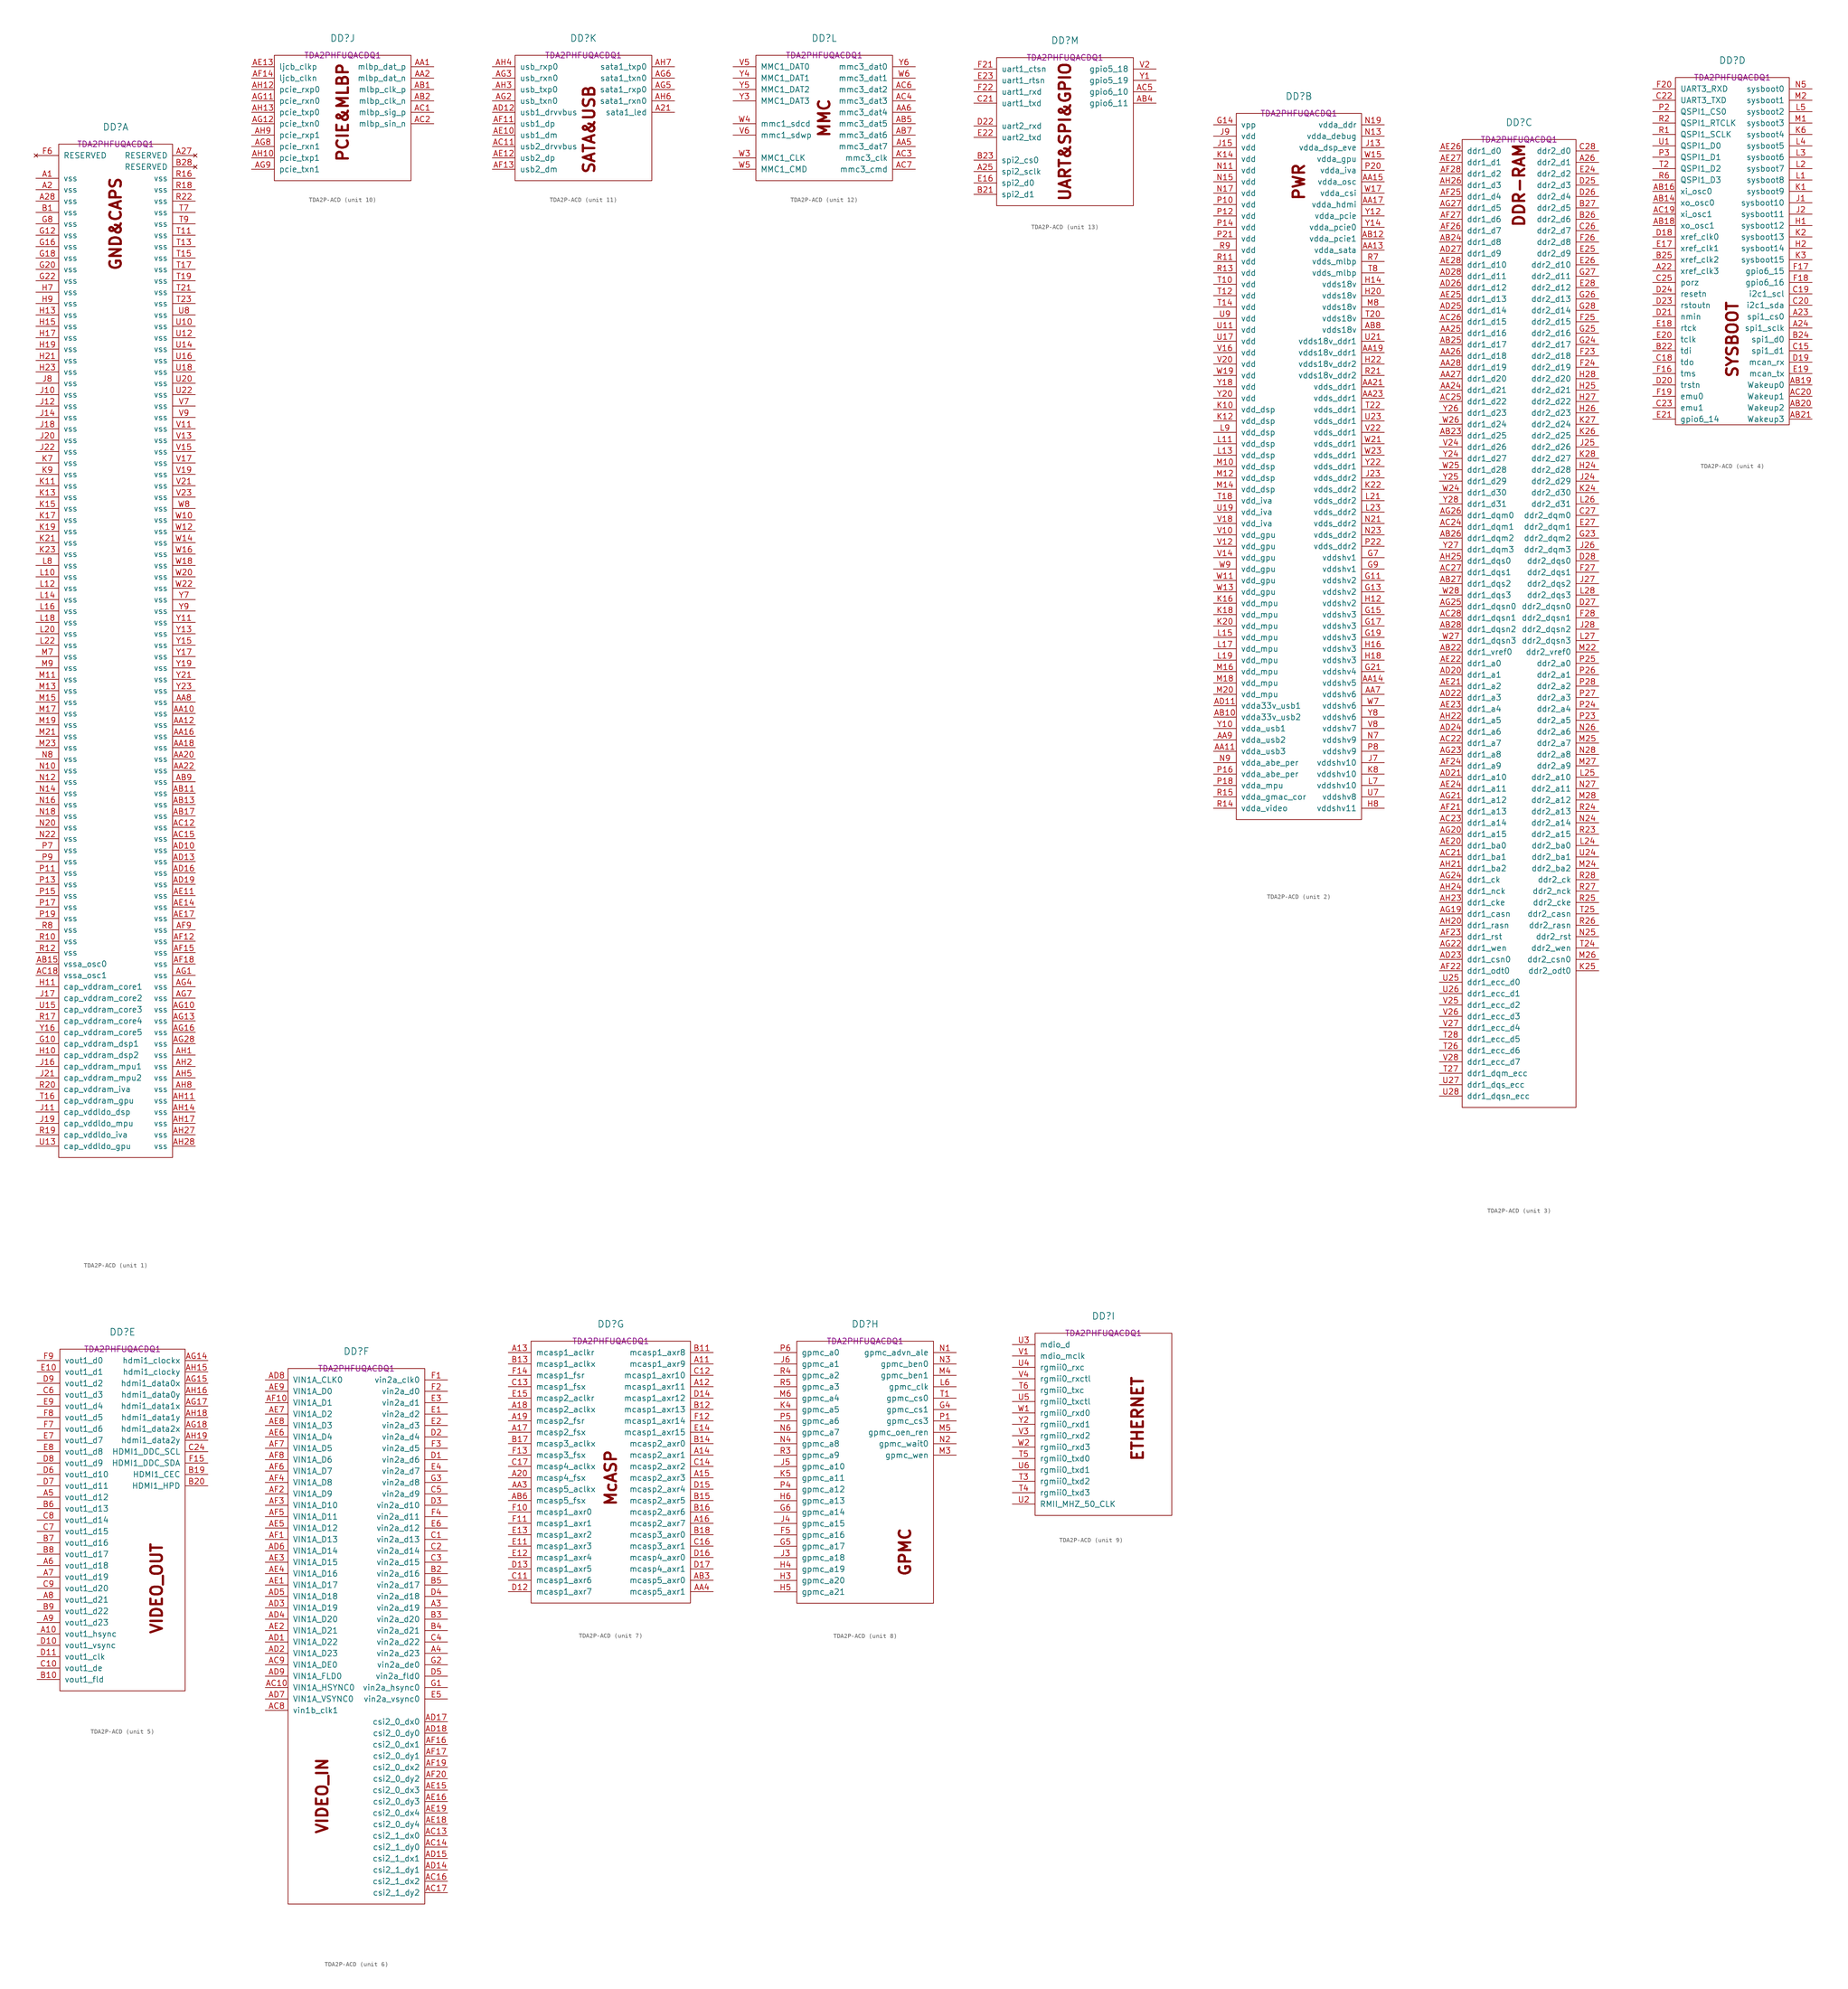
<source format=kicad_sym>
(kicad_symbol_lib
  (version 20211014)
  (generator kicad_symbol_editor)
  (symbol "TDA2P-ACD"
    (pin_names
      (offset 1.016))
    (property "Reference" "DD"
      (at 0 3.81 0)
      (effects (font (size 1.524 1.524))))
    (property "p/n" "TDA2PHFUQACDQ1"
      (at 0 0 0)
      (effects (font (size 1.27 1.27))))
    (property "ki_locked" ""
      (at 0 0 0)
      (effects (font (size 1.27 1.27))))
    (symbol "TDA2P-ACD_1_1"
      (rectangle (start -12.7 0) (end 12.7 -226.06) (stroke (width 0) (type default) (color 0 0 0 0)) (fill (type none)))
      (text "GND&CAPS" (at 0 -17.78 900) (effects (font (size 2.54 2.54) bold)))
      (pin passive line (at -17.78 -7.62 0) (length 5.08) (name "vss" (effects (font (size 1.27 1.27)))) (number "A1" (effects (font (size 1.27 1.27)))))
      (pin passive line (at -17.78 -10.16 0) (length 5.08) (name "vss" (effects (font (size 1.27 1.27)))) (number "A2" (effects (font (size 1.27 1.27)))))
      (pin no_connect line (at 17.78 -2.54 180) (length 5.08) (name "RESERVED" (effects (font (size 1.27 1.27)))) (number "A27" (effects (font (size 1.27 1.27)))))
      (pin passive line (at -17.78 -12.7 0) (length 5.08) (name "vss" (effects (font (size 1.27 1.27)))) (number "A28" (effects (font (size 1.27 1.27)))))
      (pin passive line (at 17.78 -127 180) (length 5.08) (name "vss" (effects (font (size 1.27 1.27)))) (number "AA10" (effects (font (size 1.27 1.27)))))
      (pin passive line (at 17.78 -129.54 180) (length 5.08) (name "vss" (effects (font (size 1.27 1.27)))) (number "AA12" (effects (font (size 1.27 1.27)))))
      (pin passive line (at 17.78 -132.08 180) (length 5.08) (name "vss" (effects (font (size 1.27 1.27)))) (number "AA16" (effects (font (size 1.27 1.27)))))
      (pin passive line (at 17.78 -134.62 180) (length 5.08) (name "vss" (effects (font (size 1.27 1.27)))) (number "AA18" (effects (font (size 1.27 1.27)))))
      (pin passive line (at 17.78 -137.16 180) (length 5.08) (name "vss" (effects (font (size 1.27 1.27)))) (number "AA20" (effects (font (size 1.27 1.27)))))
      (pin passive line (at 17.78 -139.7 180) (length 5.08) (name "vss" (effects (font (size 1.27 1.27)))) (number "AA22" (effects (font (size 1.27 1.27)))))
      (pin passive line (at 17.78 -124.46 180) (length 5.08) (name "vss" (effects (font (size 1.27 1.27)))) (number "AA8" (effects (font (size 1.27 1.27)))))
      (pin passive line (at 17.78 -144.78 180) (length 5.08) (name "vss" (effects (font (size 1.27 1.27)))) (number "AB11" (effects (font (size 1.27 1.27)))))
      (pin passive line (at 17.78 -147.32 180) (length 5.08) (name "vss" (effects (font (size 1.27 1.27)))) (number "AB13" (effects (font (size 1.27 1.27)))))
      (pin passive line (at -17.78 -182.88 0) (length 5.08) (name "vssa_osc0" (effects (font (size 1.27 1.27)))) (number "AB15" (effects (font (size 1.27 1.27)))))
      (pin passive line (at 17.78 -149.86 180) (length 5.08) (name "vss" (effects (font (size 1.27 1.27)))) (number "AB17" (effects (font (size 1.27 1.27)))))
      (pin passive line (at 17.78 -142.24 180) (length 5.08) (name "vss" (effects (font (size 1.27 1.27)))) (number "AB9" (effects (font (size 1.27 1.27)))))
      (pin passive line (at 17.78 -152.4 180) (length 5.08) (name "vss" (effects (font (size 1.27 1.27)))) (number "AC12" (effects (font (size 1.27 1.27)))))
      (pin passive line (at 17.78 -154.94 180) (length 5.08) (name "vss" (effects (font (size 1.27 1.27)))) (number "AC15" (effects (font (size 1.27 1.27)))))
      (pin passive line (at -17.78 -185.42 0) (length 5.08) (name "vssa_osc1" (effects (font (size 1.27 1.27)))) (number "AC18" (effects (font (size 1.27 1.27)))))
      (pin passive line (at 17.78 -157.48 180) (length 5.08) (name "vss" (effects (font (size 1.27 1.27)))) (number "AD10" (effects (font (size 1.27 1.27)))))
      (pin passive line (at 17.78 -160.02 180) (length 5.08) (name "vss" (effects (font (size 1.27 1.27)))) (number "AD13" (effects (font (size 1.27 1.27)))))
      (pin passive line (at 17.78 -162.56 180) (length 5.08) (name "vss" (effects (font (size 1.27 1.27)))) (number "AD16" (effects (font (size 1.27 1.27)))))
      (pin passive line (at 17.78 -165.1 180) (length 5.08) (name "vss" (effects (font (size 1.27 1.27)))) (number "AD19" (effects (font (size 1.27 1.27)))))
      (pin passive line (at 17.78 -167.64 180) (length 5.08) (name "vss" (effects (font (size 1.27 1.27)))) (number "AE11" (effects (font (size 1.27 1.27)))))
      (pin passive line (at 17.78 -170.18 180) (length 5.08) (name "vss" (effects (font (size 1.27 1.27)))) (number "AE14" (effects (font (size 1.27 1.27)))))
      (pin passive line (at 17.78 -172.72 180) (length 5.08) (name "vss" (effects (font (size 1.27 1.27)))) (number "AE17" (effects (font (size 1.27 1.27)))))
      (pin passive line (at 17.78 -177.8 180) (length 5.08) (name "vss" (effects (font (size 1.27 1.27)))) (number "AF12" (effects (font (size 1.27 1.27)))))
      (pin passive line (at 17.78 -180.34 180) (length 5.08) (name "vss" (effects (font (size 1.27 1.27)))) (number "AF15" (effects (font (size 1.27 1.27)))))
      (pin passive line (at 17.78 -182.88 180) (length 5.08) (name "vss" (effects (font (size 1.27 1.27)))) (number "AF18" (effects (font (size 1.27 1.27)))))
      (pin passive line (at 17.78 -175.26 180) (length 5.08) (name "vss" (effects (font (size 1.27 1.27)))) (number "AF9" (effects (font (size 1.27 1.27)))))
      (pin passive line (at 17.78 -185.42 180) (length 5.08) (name "vss" (effects (font (size 1.27 1.27)))) (number "AG1" (effects (font (size 1.27 1.27)))))
      (pin passive line (at 17.78 -193.04 180) (length 5.08) (name "vss" (effects (font (size 1.27 1.27)))) (number "AG10" (effects (font (size 1.27 1.27)))))
      (pin passive line (at 17.78 -195.58 180) (length 5.08) (name "vss" (effects (font (size 1.27 1.27)))) (number "AG13" (effects (font (size 1.27 1.27)))))
      (pin passive line (at 17.78 -198.12 180) (length 5.08) (name "vss" (effects (font (size 1.27 1.27)))) (number "AG16" (effects (font (size 1.27 1.27)))))
      (pin passive line (at 17.78 -200.66 180) (length 5.08) (name "vss" (effects (font (size 1.27 1.27)))) (number "AG28" (effects (font (size 1.27 1.27)))))
      (pin passive line (at 17.78 -187.96 180) (length 5.08) (name "vss" (effects (font (size 1.27 1.27)))) (number "AG4" (effects (font (size 1.27 1.27)))))
      (pin passive line (at 17.78 -190.5 180) (length 5.08) (name "vss" (effects (font (size 1.27 1.27)))) (number "AG7" (effects (font (size 1.27 1.27)))))
      (pin passive line (at 17.78 -203.2 180) (length 5.08) (name "vss" (effects (font (size 1.27 1.27)))) (number "AH1" (effects (font (size 1.27 1.27)))))
      (pin passive line (at 17.78 -213.36 180) (length 5.08) (name "vss" (effects (font (size 1.27 1.27)))) (number "AH11" (effects (font (size 1.27 1.27)))))
      (pin passive line (at 17.78 -215.9 180) (length 5.08) (name "vss" (effects (font (size 1.27 1.27)))) (number "AH14" (effects (font (size 1.27 1.27)))))
      (pin passive line (at 17.78 -218.44 180) (length 5.08) (name "vss" (effects (font (size 1.27 1.27)))) (number "AH17" (effects (font (size 1.27 1.27)))))
      (pin passive line (at 17.78 -205.74 180) (length 5.08) (name "vss" (effects (font (size 1.27 1.27)))) (number "AH2" (effects (font (size 1.27 1.27)))))
      (pin passive line (at 17.78 -220.98 180) (length 5.08) (name "vss" (effects (font (size 1.27 1.27)))) (number "AH27" (effects (font (size 1.27 1.27)))))
      (pin passive line (at 17.78 -223.52 180) (length 5.08) (name "vss" (effects (font (size 1.27 1.27)))) (number "AH28" (effects (font (size 1.27 1.27)))))
      (pin passive line (at 17.78 -208.28 180) (length 5.08) (name "vss" (effects (font (size 1.27 1.27)))) (number "AH5" (effects (font (size 1.27 1.27)))))
      (pin passive line (at 17.78 -210.82 180) (length 5.08) (name "vss" (effects (font (size 1.27 1.27)))) (number "AH8" (effects (font (size 1.27 1.27)))))
      (pin passive line (at -17.78 -15.24 0) (length 5.08) (name "vss" (effects (font (size 1.27 1.27)))) (number "B1" (effects (font (size 1.27 1.27)))))
      (pin no_connect line (at 17.78 -5.08 180) (length 5.08) (name "RESERVED" (effects (font (size 1.27 1.27)))) (number "B28" (effects (font (size 1.27 1.27)))))
      (pin no_connect line (at -17.78 -2.54 0) (length 5.08) (name "RESERVED" (effects (font (size 1.27 1.27)))) (number "F6" (effects (font (size 1.27 1.27)))))
      (pin passive line (at -17.78 -200.66 0) (length 5.08) (name "cap_vddram_dsp1" (effects (font (size 1.27 1.27)))) (number "G10" (effects (font (size 1.27 1.27)))))
      (pin passive line (at -17.78 -20.32 0) (length 5.08) (name "vss" (effects (font (size 1.27 1.27)))) (number "G12" (effects (font (size 1.27 1.27)))))
      (pin passive line (at -17.78 -22.86 0) (length 5.08) (name "vss" (effects (font (size 1.27 1.27)))) (number "G16" (effects (font (size 1.27 1.27)))))
      (pin passive line (at -17.78 -25.4 0) (length 5.08) (name "vss" (effects (font (size 1.27 1.27)))) (number "G18" (effects (font (size 1.27 1.27)))))
      (pin passive line (at -17.78 -27.94 0) (length 5.08) (name "vss" (effects (font (size 1.27 1.27)))) (number "G20" (effects (font (size 1.27 1.27)))))
      (pin passive line (at -17.78 -30.48 0) (length 5.08) (name "vss" (effects (font (size 1.27 1.27)))) (number "G22" (effects (font (size 1.27 1.27)))))
      (pin passive line (at -17.78 -17.78 0) (length 5.08) (name "vss" (effects (font (size 1.27 1.27)))) (number "G8" (effects (font (size 1.27 1.27)))))
      (pin passive line (at -17.78 -203.2 0) (length 5.08) (name "cap_vddram_dsp2" (effects (font (size 1.27 1.27)))) (number "H10" (effects (font (size 1.27 1.27)))))
      (pin passive line (at -17.78 -187.96 0) (length 5.08) (name "cap_vddram_core1" (effects (font (size 1.27 1.27)))) (number "H11" (effects (font (size 1.27 1.27)))))
      (pin passive line (at -17.78 -38.1 0) (length 5.08) (name "vss" (effects (font (size 1.27 1.27)))) (number "H13" (effects (font (size 1.27 1.27)))))
      (pin passive line (at -17.78 -40.64 0) (length 5.08) (name "vss" (effects (font (size 1.27 1.27)))) (number "H15" (effects (font (size 1.27 1.27)))))
      (pin passive line (at -17.78 -43.18 0) (length 5.08) (name "vss" (effects (font (size 1.27 1.27)))) (number "H17" (effects (font (size 1.27 1.27)))))
      (pin passive line (at -17.78 -45.72 0) (length 5.08) (name "vss" (effects (font (size 1.27 1.27)))) (number "H19" (effects (font (size 1.27 1.27)))))
      (pin passive line (at -17.78 -48.26 0) (length 5.08) (name "vss" (effects (font (size 1.27 1.27)))) (number "H21" (effects (font (size 1.27 1.27)))))
      (pin passive line (at -17.78 -50.8 0) (length 5.08) (name "vss" (effects (font (size 1.27 1.27)))) (number "H23" (effects (font (size 1.27 1.27)))))
      (pin passive line (at -17.78 -33.02 0) (length 5.08) (name "vss" (effects (font (size 1.27 1.27)))) (number "H7" (effects (font (size 1.27 1.27)))))
      (pin passive line (at -17.78 -35.56 0) (length 5.08) (name "vss" (effects (font (size 1.27 1.27)))) (number "H9" (effects (font (size 1.27 1.27)))))
      (pin passive line (at -17.78 -55.88 0) (length 5.08) (name "vss" (effects (font (size 1.27 1.27)))) (number "J10" (effects (font (size 1.27 1.27)))))
      (pin passive line (at -17.78 -215.9 0) (length 5.08) (name "cap_vddldo_dsp" (effects (font (size 1.27 1.27)))) (number "J11" (effects (font (size 1.27 1.27)))))
      (pin passive line (at -17.78 -58.42 0) (length 5.08) (name "vss" (effects (font (size 1.27 1.27)))) (number "J12" (effects (font (size 1.27 1.27)))))
      (pin passive line (at -17.78 -60.96 0) (length 5.08) (name "vss" (effects (font (size 1.27 1.27)))) (number "J14" (effects (font (size 1.27 1.27)))))
      (pin passive line (at -17.78 -205.74 0) (length 5.08) (name "cap_vddram_mpu1" (effects (font (size 1.27 1.27)))) (number "J16" (effects (font (size 1.27 1.27)))))
      (pin passive line (at -17.78 -190.5 0) (length 5.08) (name "cap_vddram_core2" (effects (font (size 1.27 1.27)))) (number "J17" (effects (font (size 1.27 1.27)))))
      (pin passive line (at -17.78 -63.5 0) (length 5.08) (name "vss" (effects (font (size 1.27 1.27)))) (number "J18" (effects (font (size 1.27 1.27)))))
      (pin passive line (at -17.78 -218.44 0) (length 5.08) (name "cap_vddldo_mpu" (effects (font (size 1.27 1.27)))) (number "J19" (effects (font (size 1.27 1.27)))))
      (pin passive line (at -17.78 -66.04 0) (length 5.08) (name "vss" (effects (font (size 1.27 1.27)))) (number "J20" (effects (font (size 1.27 1.27)))))
      (pin passive line (at -17.78 -208.28 0) (length 5.08) (name "cap_vddram_mpu2" (effects (font (size 1.27 1.27)))) (number "J21" (effects (font (size 1.27 1.27)))))
      (pin passive line (at -17.78 -68.58 0) (length 5.08) (name "vss" (effects (font (size 1.27 1.27)))) (number "J22" (effects (font (size 1.27 1.27)))))
      (pin passive line (at -17.78 -53.34 0) (length 5.08) (name "vss" (effects (font (size 1.27 1.27)))) (number "J8" (effects (font (size 1.27 1.27)))))
      (pin passive line (at -17.78 -76.2 0) (length 5.08) (name "vss" (effects (font (size 1.27 1.27)))) (number "K11" (effects (font (size 1.27 1.27)))))
      (pin passive line (at -17.78 -78.74 0) (length 5.08) (name "vss" (effects (font (size 1.27 1.27)))) (number "K13" (effects (font (size 1.27 1.27)))))
      (pin passive line (at -17.78 -81.28 0) (length 5.08) (name "vss" (effects (font (size 1.27 1.27)))) (number "K15" (effects (font (size 1.27 1.27)))))
      (pin passive line (at -17.78 -83.82 0) (length 5.08) (name "vss" (effects (font (size 1.27 1.27)))) (number "K17" (effects (font (size 1.27 1.27)))))
      (pin passive line (at -17.78 -86.36 0) (length 5.08) (name "vss" (effects (font (size 1.27 1.27)))) (number "K19" (effects (font (size 1.27 1.27)))))
      (pin passive line (at -17.78 -88.9 0) (length 5.08) (name "vss" (effects (font (size 1.27 1.27)))) (number "K21" (effects (font (size 1.27 1.27)))))
      (pin passive line (at -17.78 -91.44 0) (length 5.08) (name "vss" (effects (font (size 1.27 1.27)))) (number "K23" (effects (font (size 1.27 1.27)))))
      (pin passive line (at -17.78 -71.12 0) (length 5.08) (name "vss" (effects (font (size 1.27 1.27)))) (number "K7" (effects (font (size 1.27 1.27)))))
      (pin passive line (at -17.78 -73.66 0) (length 5.08) (name "vss" (effects (font (size 1.27 1.27)))) (number "K9" (effects (font (size 1.27 1.27)))))
      (pin passive line (at -17.78 -96.52 0) (length 5.08) (name "vss" (effects (font (size 1.27 1.27)))) (number "L10" (effects (font (size 1.27 1.27)))))
      (pin passive line (at -17.78 -99.06 0) (length 5.08) (name "vss" (effects (font (size 1.27 1.27)))) (number "L12" (effects (font (size 1.27 1.27)))))
      (pin passive line (at -17.78 -101.6 0) (length 5.08) (name "vss" (effects (font (size 1.27 1.27)))) (number "L14" (effects (font (size 1.27 1.27)))))
      (pin passive line (at -17.78 -104.14 0) (length 5.08) (name "vss" (effects (font (size 1.27 1.27)))) (number "L16" (effects (font (size 1.27 1.27)))))
      (pin passive line (at -17.78 -106.68 0) (length 5.08) (name "vss" (effects (font (size 1.27 1.27)))) (number "L18" (effects (font (size 1.27 1.27)))))
      (pin passive line (at -17.78 -109.22 0) (length 5.08) (name "vss" (effects (font (size 1.27 1.27)))) (number "L20" (effects (font (size 1.27 1.27)))))
      (pin passive line (at -17.78 -111.76 0) (length 5.08) (name "vss" (effects (font (size 1.27 1.27)))) (number "L22" (effects (font (size 1.27 1.27)))))
      (pin passive line (at -17.78 -93.98 0) (length 5.08) (name "vss" (effects (font (size 1.27 1.27)))) (number "L8" (effects (font (size 1.27 1.27)))))
      (pin passive line (at -17.78 -119.38 0) (length 5.08) (name "vss" (effects (font (size 1.27 1.27)))) (number "M11" (effects (font (size 1.27 1.27)))))
      (pin passive line (at -17.78 -121.92 0) (length 5.08) (name "vss" (effects (font (size 1.27 1.27)))) (number "M13" (effects (font (size 1.27 1.27)))))
      (pin passive line (at -17.78 -124.46 0) (length 5.08) (name "vss" (effects (font (size 1.27 1.27)))) (number "M15" (effects (font (size 1.27 1.27)))))
      (pin passive line (at -17.78 -127 0) (length 5.08) (name "vss" (effects (font (size 1.27 1.27)))) (number "M17" (effects (font (size 1.27 1.27)))))
      (pin passive line (at -17.78 -129.54 0) (length 5.08) (name "vss" (effects (font (size 1.27 1.27)))) (number "M19" (effects (font (size 1.27 1.27)))))
      (pin passive line (at -17.78 -132.08 0) (length 5.08) (name "vss" (effects (font (size 1.27 1.27)))) (number "M21" (effects (font (size 1.27 1.27)))))
      (pin passive line (at -17.78 -134.62 0) (length 5.08) (name "vss" (effects (font (size 1.27 1.27)))) (number "M23" (effects (font (size 1.27 1.27)))))
      (pin passive line (at -17.78 -114.3 0) (length 5.08) (name "vss" (effects (font (size 1.27 1.27)))) (number "M7" (effects (font (size 1.27 1.27)))))
      (pin passive line (at -17.78 -116.84 0) (length 5.08) (name "vss" (effects (font (size 1.27 1.27)))) (number "M9" (effects (font (size 1.27 1.27)))))
      (pin passive line (at -17.78 -139.7 0) (length 5.08) (name "vss" (effects (font (size 1.27 1.27)))) (number "N10" (effects (font (size 1.27 1.27)))))
      (pin passive line (at -17.78 -142.24 0) (length 5.08) (name "vss" (effects (font (size 1.27 1.27)))) (number "N12" (effects (font (size 1.27 1.27)))))
      (pin passive line (at -17.78 -144.78 0) (length 5.08) (name "vss" (effects (font (size 1.27 1.27)))) (number "N14" (effects (font (size 1.27 1.27)))))
      (pin passive line (at -17.78 -147.32 0) (length 5.08) (name "vss" (effects (font (size 1.27 1.27)))) (number "N16" (effects (font (size 1.27 1.27)))))
      (pin passive line (at -17.78 -149.86 0) (length 5.08) (name "vss" (effects (font (size 1.27 1.27)))) (number "N18" (effects (font (size 1.27 1.27)))))
      (pin passive line (at -17.78 -152.4 0) (length 5.08) (name "vss" (effects (font (size 1.27 1.27)))) (number "N20" (effects (font (size 1.27 1.27)))))
      (pin passive line (at -17.78 -154.94 0) (length 5.08) (name "vss" (effects (font (size 1.27 1.27)))) (number "N22" (effects (font (size 1.27 1.27)))))
      (pin passive line (at -17.78 -137.16 0) (length 5.08) (name "vss" (effects (font (size 1.27 1.27)))) (number "N8" (effects (font (size 1.27 1.27)))))
      (pin passive line (at -17.78 -162.56 0) (length 5.08) (name "vss" (effects (font (size 1.27 1.27)))) (number "P11" (effects (font (size 1.27 1.27)))))
      (pin passive line (at -17.78 -165.1 0) (length 5.08) (name "vss" (effects (font (size 1.27 1.27)))) (number "P13" (effects (font (size 1.27 1.27)))))
      (pin passive line (at -17.78 -167.64 0) (length 5.08) (name "vss" (effects (font (size 1.27 1.27)))) (number "P15" (effects (font (size 1.27 1.27)))))
      (pin passive line (at -17.78 -170.18 0) (length 5.08) (name "vss" (effects (font (size 1.27 1.27)))) (number "P17" (effects (font (size 1.27 1.27)))))
      (pin passive line (at -17.78 -172.72 0) (length 5.08) (name "vss" (effects (font (size 1.27 1.27)))) (number "P19" (effects (font (size 1.27 1.27)))))
      (pin passive line (at -17.78 -157.48 0) (length 5.08) (name "vss" (effects (font (size 1.27 1.27)))) (number "P7" (effects (font (size 1.27 1.27)))))
      (pin passive line (at -17.78 -160.02 0) (length 5.08) (name "vss" (effects (font (size 1.27 1.27)))) (number "P9" (effects (font (size 1.27 1.27)))))
      (pin passive line (at -17.78 -177.8 0) (length 5.08) (name "vss" (effects (font (size 1.27 1.27)))) (number "R10" (effects (font (size 1.27 1.27)))))
      (pin passive line (at -17.78 -180.34 0) (length 5.08) (name "vss" (effects (font (size 1.27 1.27)))) (number "R12" (effects (font (size 1.27 1.27)))))
      (pin passive line (at 17.78 -7.62 180) (length 5.08) (name "vss" (effects (font (size 1.27 1.27)))) (number "R16" (effects (font (size 1.27 1.27)))))
      (pin passive line (at -17.78 -195.58 0) (length 5.08) (name "cap_vddram_core4" (effects (font (size 1.27 1.27)))) (number "R17" (effects (font (size 1.27 1.27)))))
      (pin passive line (at 17.78 -10.16 180) (length 5.08) (name "vss" (effects (font (size 1.27 1.27)))) (number "R18" (effects (font (size 1.27 1.27)))))
      (pin passive line (at -17.78 -220.98 0) (length 5.08) (name "cap_vddldo_iva" (effects (font (size 1.27 1.27)))) (number "R19" (effects (font (size 1.27 1.27)))))
      (pin passive line (at -17.78 -210.82 0) (length 5.08) (name "cap_vddram_iva" (effects (font (size 1.27 1.27)))) (number "R20" (effects (font (size 1.27 1.27)))))
      (pin passive line (at 17.78 -12.7 180) (length 5.08) (name "vss" (effects (font (size 1.27 1.27)))) (number "R22" (effects (font (size 1.27 1.27)))))
      (pin passive line (at -17.78 -175.26 0) (length 5.08) (name "vss" (effects (font (size 1.27 1.27)))) (number "R8" (effects (font (size 1.27 1.27)))))
      (pin passive line (at 17.78 -20.32 180) (length 5.08) (name "vss" (effects (font (size 1.27 1.27)))) (number "T11" (effects (font (size 1.27 1.27)))))
      (pin passive line (at 17.78 -22.86 180) (length 5.08) (name "vss" (effects (font (size 1.27 1.27)))) (number "T13" (effects (font (size 1.27 1.27)))))
      (pin passive line (at 17.78 -25.4 180) (length 5.08) (name "vss" (effects (font (size 1.27 1.27)))) (number "T15" (effects (font (size 1.27 1.27)))))
      (pin passive line (at -17.78 -213.36 0) (length 5.08) (name "cap_vddram_gpu" (effects (font (size 1.27 1.27)))) (number "T16" (effects (font (size 1.27 1.27)))))
      (pin passive line (at 17.78 -27.94 180) (length 5.08) (name "vss" (effects (font (size 1.27 1.27)))) (number "T17" (effects (font (size 1.27 1.27)))))
      (pin passive line (at 17.78 -30.48 180) (length 5.08) (name "vss" (effects (font (size 1.27 1.27)))) (number "T19" (effects (font (size 1.27 1.27)))))
      (pin passive line (at 17.78 -33.02 180) (length 5.08) (name "vss" (effects (font (size 1.27 1.27)))) (number "T21" (effects (font (size 1.27 1.27)))))
      (pin passive line (at 17.78 -35.56 180) (length 5.08) (name "vss" (effects (font (size 1.27 1.27)))) (number "T23" (effects (font (size 1.27 1.27)))))
      (pin passive line (at 17.78 -15.24 180) (length 5.08) (name "vss" (effects (font (size 1.27 1.27)))) (number "T7" (effects (font (size 1.27 1.27)))))
      (pin passive line (at 17.78 -17.78 180) (length 5.08) (name "vss" (effects (font (size 1.27 1.27)))) (number "T9" (effects (font (size 1.27 1.27)))))
      (pin passive line (at 17.78 -40.64 180) (length 5.08) (name "vss" (effects (font (size 1.27 1.27)))) (number "U10" (effects (font (size 1.27 1.27)))))
      (pin passive line (at 17.78 -43.18 180) (length 5.08) (name "vss" (effects (font (size 1.27 1.27)))) (number "U12" (effects (font (size 1.27 1.27)))))
      (pin passive line (at -17.78 -223.52 0) (length 5.08) (name "cap_vddldo_gpu" (effects (font (size 1.27 1.27)))) (number "U13" (effects (font (size 1.27 1.27)))))
      (pin passive line (at 17.78 -45.72 180) (length 5.08) (name "vss" (effects (font (size 1.27 1.27)))) (number "U14" (effects (font (size 1.27 1.27)))))
      (pin passive line (at -17.78 -193.04 0) (length 5.08) (name "cap_vddram_core3" (effects (font (size 1.27 1.27)))) (number "U15" (effects (font (size 1.27 1.27)))))
      (pin passive line (at 17.78 -48.26 180) (length 5.08) (name "vss" (effects (font (size 1.27 1.27)))) (number "U16" (effects (font (size 1.27 1.27)))))
      (pin passive line (at 17.78 -50.8 180) (length 5.08) (name "vss" (effects (font (size 1.27 1.27)))) (number "U18" (effects (font (size 1.27 1.27)))))
      (pin passive line (at 17.78 -53.34 180) (length 5.08) (name "vss" (effects (font (size 1.27 1.27)))) (number "U20" (effects (font (size 1.27 1.27)))))
      (pin passive line (at 17.78 -55.88 180) (length 5.08) (name "vss" (effects (font (size 1.27 1.27)))) (number "U22" (effects (font (size 1.27 1.27)))))
      (pin passive line (at 17.78 -38.1 180) (length 5.08) (name "vss" (effects (font (size 1.27 1.27)))) (number "U8" (effects (font (size 1.27 1.27)))))
      (pin passive line (at 17.78 -63.5 180) (length 5.08) (name "vss" (effects (font (size 1.27 1.27)))) (number "V11" (effects (font (size 1.27 1.27)))))
      (pin passive line (at 17.78 -66.04 180) (length 5.08) (name "vss" (effects (font (size 1.27 1.27)))) (number "V13" (effects (font (size 1.27 1.27)))))
      (pin passive line (at 17.78 -68.58 180) (length 5.08) (name "vss" (effects (font (size 1.27 1.27)))) (number "V15" (effects (font (size 1.27 1.27)))))
      (pin passive line (at 17.78 -71.12 180) (length 5.08) (name "vss" (effects (font (size 1.27 1.27)))) (number "V17" (effects (font (size 1.27 1.27)))))
      (pin passive line (at 17.78 -73.66 180) (length 5.08) (name "vss" (effects (font (size 1.27 1.27)))) (number "V19" (effects (font (size 1.27 1.27)))))
      (pin passive line (at 17.78 -76.2 180) (length 5.08) (name "vss" (effects (font (size 1.27 1.27)))) (number "V21" (effects (font (size 1.27 1.27)))))
      (pin passive line (at 17.78 -78.74 180) (length 5.08) (name "vss" (effects (font (size 1.27 1.27)))) (number "V23" (effects (font (size 1.27 1.27)))))
      (pin passive line (at 17.78 -58.42 180) (length 5.08) (name "vss" (effects (font (size 1.27 1.27)))) (number "V7" (effects (font (size 1.27 1.27)))))
      (pin passive line (at 17.78 -60.96 180) (length 5.08) (name "vss" (effects (font (size 1.27 1.27)))) (number "V9" (effects (font (size 1.27 1.27)))))
      (pin passive line (at 17.78 -83.82 180) (length 5.08) (name "vss" (effects (font (size 1.27 1.27)))) (number "W10" (effects (font (size 1.27 1.27)))))
      (pin passive line (at 17.78 -86.36 180) (length 5.08) (name "vss" (effects (font (size 1.27 1.27)))) (number "W12" (effects (font (size 1.27 1.27)))))
      (pin passive line (at 17.78 -88.9 180) (length 5.08) (name "vss" (effects (font (size 1.27 1.27)))) (number "W14" (effects (font (size 1.27 1.27)))))
      (pin passive line (at 17.78 -91.44 180) (length 5.08) (name "vss" (effects (font (size 1.27 1.27)))) (number "W16" (effects (font (size 1.27 1.27)))))
      (pin passive line (at 17.78 -93.98 180) (length 5.08) (name "vss" (effects (font (size 1.27 1.27)))) (number "W18" (effects (font (size 1.27 1.27)))))
      (pin passive line (at 17.78 -96.52 180) (length 5.08) (name "vss" (effects (font (size 1.27 1.27)))) (number "W20" (effects (font (size 1.27 1.27)))))
      (pin passive line (at 17.78 -99.06 180) (length 5.08) (name "vss" (effects (font (size 1.27 1.27)))) (number "W22" (effects (font (size 1.27 1.27)))))
      (pin passive line (at 17.78 -81.28 180) (length 5.08) (name "vss" (effects (font (size 1.27 1.27)))) (number "W8" (effects (font (size 1.27 1.27)))))
      (pin passive line (at 17.78 -106.68 180) (length 5.08) (name "vss" (effects (font (size 1.27 1.27)))) (number "Y11" (effects (font (size 1.27 1.27)))))
      (pin passive line (at 17.78 -109.22 180) (length 5.08) (name "vss" (effects (font (size 1.27 1.27)))) (number "Y13" (effects (font (size 1.27 1.27)))))
      (pin passive line (at 17.78 -111.76 180) (length 5.08) (name "vss" (effects (font (size 1.27 1.27)))) (number "Y15" (effects (font (size 1.27 1.27)))))
      (pin passive line (at -17.78 -198.12 0) (length 5.08) (name "cap_vddram_core5" (effects (font (size 1.27 1.27)))) (number "Y16" (effects (font (size 1.27 1.27)))))
      (pin passive line (at 17.78 -114.3 180) (length 5.08) (name "vss" (effects (font (size 1.27 1.27)))) (number "Y17" (effects (font (size 1.27 1.27)))))
      (pin passive line (at 17.78 -116.84 180) (length 5.08) (name "vss" (effects (font (size 1.27 1.27)))) (number "Y19" (effects (font (size 1.27 1.27)))))
      (pin passive line (at 17.78 -119.38 180) (length 5.08) (name "vss" (effects (font (size 1.27 1.27)))) (number "Y21" (effects (font (size 1.27 1.27)))))
      (pin passive line (at 17.78 -121.92 180) (length 5.08) (name "vss" (effects (font (size 1.27 1.27)))) (number "Y23" (effects (font (size 1.27 1.27)))))
      (pin passive line (at 17.78 -101.6 180) (length 5.08) (name "vss" (effects (font (size 1.27 1.27)))) (number "Y7" (effects (font (size 1.27 1.27)))))
      (pin passive line (at 17.78 -104.14 180) (length 5.08) (name "vss" (effects (font (size 1.27 1.27)))) (number "Y9" (effects (font (size 1.27 1.27))))))
    (symbol "TDA2P-ACD_2_1"
      (rectangle (start -13.97 0) (end 13.97 -157.48) (stroke (width 0) (type default) (color 0 0 0 0)) (fill (type none)))
      (text "PWR" (at 0 -15.24 900) (effects (font (size 2.54 2.54) bold)))
      (pin passive line (at -19.05 -142.24 0) (length 5.08) (name "vdda_usb3" (effects (font (size 1.27 1.27)))) (number "AA11" (effects (font (size 1.27 1.27)))))
      (pin passive line (at 19.05 -30.48 180) (length 5.08) (name "vdda_sata" (effects (font (size 1.27 1.27)))) (number "AA13" (effects (font (size 1.27 1.27)))))
      (pin passive line (at 19.05 -127 180) (length 5.08) (name "vddshv5" (effects (font (size 1.27 1.27)))) (number "AA14" (effects (font (size 1.27 1.27)))))
      (pin passive line (at 19.05 -15.24 180) (length 5.08) (name "vdda_osc" (effects (font (size 1.27 1.27)))) (number "AA15" (effects (font (size 1.27 1.27)))))
      (pin passive line (at 19.05 -20.32 180) (length 5.08) (name "vdda_hdmi" (effects (font (size 1.27 1.27)))) (number "AA17" (effects (font (size 1.27 1.27)))))
      (pin passive line (at 19.05 -53.34 180) (length 5.08) (name "vdds18v_ddr1" (effects (font (size 1.27 1.27)))) (number "AA19" (effects (font (size 1.27 1.27)))))
      (pin passive line (at 19.05 -60.96 180) (length 5.08) (name "vdds_ddr1" (effects (font (size 1.27 1.27)))) (number "AA21" (effects (font (size 1.27 1.27)))))
      (pin passive line (at 19.05 -63.5 180) (length 5.08) (name "vdds_ddr1" (effects (font (size 1.27 1.27)))) (number "AA23" (effects (font (size 1.27 1.27)))))
      (pin passive line (at 19.05 -129.54 180) (length 5.08) (name "vddshv6" (effects (font (size 1.27 1.27)))) (number "AA7" (effects (font (size 1.27 1.27)))))
      (pin passive line (at -19.05 -139.7 0) (length 5.08) (name "vdda_usb2" (effects (font (size 1.27 1.27)))) (number "AA9" (effects (font (size 1.27 1.27)))))
      (pin passive line (at -19.05 -134.62 0) (length 5.08) (name "vdda33v_usb2" (effects (font (size 1.27 1.27)))) (number "AB10" (effects (font (size 1.27 1.27)))))
      (pin passive line (at 19.05 -27.94 180) (length 5.08) (name "vdda_pcie1" (effects (font (size 1.27 1.27)))) (number "AB12" (effects (font (size 1.27 1.27)))))
      (pin passive line (at 19.05 -48.26 180) (length 5.08) (name "vdds18v" (effects (font (size 1.27 1.27)))) (number "AB8" (effects (font (size 1.27 1.27)))))
      (pin passive line (at -19.05 -132.08 0) (length 5.08) (name "vdda33v_usb1" (effects (font (size 1.27 1.27)))) (number "AD11" (effects (font (size 1.27 1.27)))))
      (pin passive line (at 19.05 -104.14 180) (length 5.08) (name "vddshv2" (effects (font (size 1.27 1.27)))) (number "G11" (effects (font (size 1.27 1.27)))))
      (pin passive line (at 19.05 -106.68 180) (length 5.08) (name "vddshv2" (effects (font (size 1.27 1.27)))) (number "G13" (effects (font (size 1.27 1.27)))))
      (pin passive line (at -19.05 -2.54 0) (length 5.08) (name "vpp" (effects (font (size 1.27 1.27)))) (number "G14" (effects (font (size 1.27 1.27)))))
      (pin passive line (at 19.05 -111.76 180) (length 5.08) (name "vddshv3" (effects (font (size 1.27 1.27)))) (number "G15" (effects (font (size 1.27 1.27)))))
      (pin passive line (at 19.05 -114.3 180) (length 5.08) (name "vddshv3" (effects (font (size 1.27 1.27)))) (number "G17" (effects (font (size 1.27 1.27)))))
      (pin passive line (at 19.05 -116.84 180) (length 5.08) (name "vddshv3" (effects (font (size 1.27 1.27)))) (number "G19" (effects (font (size 1.27 1.27)))))
      (pin passive line (at 19.05 -124.46 180) (length 5.08) (name "vddshv4" (effects (font (size 1.27 1.27)))) (number "G21" (effects (font (size 1.27 1.27)))))
      (pin passive line (at 19.05 -99.06 180) (length 5.08) (name "vddshv1" (effects (font (size 1.27 1.27)))) (number "G7" (effects (font (size 1.27 1.27)))))
      (pin passive line (at 19.05 -101.6 180) (length 5.08) (name "vddshv1" (effects (font (size 1.27 1.27)))) (number "G9" (effects (font (size 1.27 1.27)))))
      (pin passive line (at 19.05 -109.22 180) (length 5.08) (name "vddshv2" (effects (font (size 1.27 1.27)))) (number "H12" (effects (font (size 1.27 1.27)))))
      (pin passive line (at 19.05 -38.1 180) (length 5.08) (name "vdds18v" (effects (font (size 1.27 1.27)))) (number "H14" (effects (font (size 1.27 1.27)))))
      (pin passive line (at 19.05 -119.38 180) (length 5.08) (name "vddshv3" (effects (font (size 1.27 1.27)))) (number "H16" (effects (font (size 1.27 1.27)))))
      (pin passive line (at 19.05 -121.92 180) (length 5.08) (name "vddshv3" (effects (font (size 1.27 1.27)))) (number "H18" (effects (font (size 1.27 1.27)))))
      (pin passive line (at 19.05 -40.64 180) (length 5.08) (name "vdds18v" (effects (font (size 1.27 1.27)))) (number "H20" (effects (font (size 1.27 1.27)))))
      (pin passive line (at 19.05 -55.88 180) (length 5.08) (name "vdds18v_ddr2" (effects (font (size 1.27 1.27)))) (number "H22" (effects (font (size 1.27 1.27)))))
      (pin passive line (at 19.05 -154.94 180) (length 5.08) (name "vddshv11" (effects (font (size 1.27 1.27)))) (number "H8" (effects (font (size 1.27 1.27)))))
      (pin passive line (at 19.05 -7.62 180) (length 5.08) (name "vdda_dsp_eve" (effects (font (size 1.27 1.27)))) (number "J13" (effects (font (size 1.27 1.27)))))
      (pin passive line (at -19.05 -7.62 0) (length 5.08) (name "vdd" (effects (font (size 1.27 1.27)))) (number "J15" (effects (font (size 1.27 1.27)))))
      (pin passive line (at 19.05 -81.28 180) (length 5.08) (name "vdds_ddr2" (effects (font (size 1.27 1.27)))) (number "J23" (effects (font (size 1.27 1.27)))))
      (pin passive line (at 19.05 -144.78 180) (length 5.08) (name "vddshv10" (effects (font (size 1.27 1.27)))) (number "J7" (effects (font (size 1.27 1.27)))))
      (pin passive line (at -19.05 -5.08 0) (length 5.08) (name "vdd" (effects (font (size 1.27 1.27)))) (number "J9" (effects (font (size 1.27 1.27)))))
      (pin passive line (at -19.05 -66.04 0) (length 5.08) (name "vdd_dsp" (effects (font (size 1.27 1.27)))) (number "K10" (effects (font (size 1.27 1.27)))))
      (pin passive line (at -19.05 -68.58 0) (length 5.08) (name "vdd_dsp" (effects (font (size 1.27 1.27)))) (number "K12" (effects (font (size 1.27 1.27)))))
      (pin passive line (at -19.05 -10.16 0) (length 5.08) (name "vdd" (effects (font (size 1.27 1.27)))) (number "K14" (effects (font (size 1.27 1.27)))))
      (pin passive line (at -19.05 -109.22 0) (length 5.08) (name "vdd_mpu" (effects (font (size 1.27 1.27)))) (number "K16" (effects (font (size 1.27 1.27)))))
      (pin passive line (at -19.05 -111.76 0) (length 5.08) (name "vdd_mpu" (effects (font (size 1.27 1.27)))) (number "K18" (effects (font (size 1.27 1.27)))))
      (pin passive line (at -19.05 -114.3 0) (length 5.08) (name "vdd_mpu" (effects (font (size 1.27 1.27)))) (number "K20" (effects (font (size 1.27 1.27)))))
      (pin passive line (at 19.05 -83.82 180) (length 5.08) (name "vdds_ddr2" (effects (font (size 1.27 1.27)))) (number "K22" (effects (font (size 1.27 1.27)))))
      (pin passive line (at 19.05 -147.32 180) (length 5.08) (name "vddshv10" (effects (font (size 1.27 1.27)))) (number "K8" (effects (font (size 1.27 1.27)))))
      (pin passive line (at -19.05 -73.66 0) (length 5.08) (name "vdd_dsp" (effects (font (size 1.27 1.27)))) (number "L11" (effects (font (size 1.27 1.27)))))
      (pin passive line (at -19.05 -76.2 0) (length 5.08) (name "vdd_dsp" (effects (font (size 1.27 1.27)))) (number "L13" (effects (font (size 1.27 1.27)))))
      (pin passive line (at -19.05 -116.84 0) (length 5.08) (name "vdd_mpu" (effects (font (size 1.27 1.27)))) (number "L15" (effects (font (size 1.27 1.27)))))
      (pin passive line (at -19.05 -119.38 0) (length 5.08) (name "vdd_mpu" (effects (font (size 1.27 1.27)))) (number "L17" (effects (font (size 1.27 1.27)))))
      (pin passive line (at -19.05 -121.92 0) (length 5.08) (name "vdd_mpu" (effects (font (size 1.27 1.27)))) (number "L19" (effects (font (size 1.27 1.27)))))
      (pin passive line (at 19.05 -86.36 180) (length 5.08) (name "vdds_ddr2" (effects (font (size 1.27 1.27)))) (number "L21" (effects (font (size 1.27 1.27)))))
      (pin passive line (at 19.05 -88.9 180) (length 5.08) (name "vdds_ddr2" (effects (font (size 1.27 1.27)))) (number "L23" (effects (font (size 1.27 1.27)))))
      (pin passive line (at 19.05 -149.86 180) (length 5.08) (name "vddshv10" (effects (font (size 1.27 1.27)))) (number "L7" (effects (font (size 1.27 1.27)))))
      (pin passive line (at -19.05 -71.12 0) (length 5.08) (name "vdd_dsp" (effects (font (size 1.27 1.27)))) (number "L9" (effects (font (size 1.27 1.27)))))
      (pin passive line (at -19.05 -78.74 0) (length 5.08) (name "vdd_dsp" (effects (font (size 1.27 1.27)))) (number "M10" (effects (font (size 1.27 1.27)))))
      (pin passive line (at -19.05 -81.28 0) (length 5.08) (name "vdd_dsp" (effects (font (size 1.27 1.27)))) (number "M12" (effects (font (size 1.27 1.27)))))
      (pin passive line (at -19.05 -83.82 0) (length 5.08) (name "vdd_dsp" (effects (font (size 1.27 1.27)))) (number "M14" (effects (font (size 1.27 1.27)))))
      (pin passive line (at -19.05 -124.46 0) (length 5.08) (name "vdd_mpu" (effects (font (size 1.27 1.27)))) (number "M16" (effects (font (size 1.27 1.27)))))
      (pin passive line (at -19.05 -127 0) (length 5.08) (name "vdd_mpu" (effects (font (size 1.27 1.27)))) (number "M18" (effects (font (size 1.27 1.27)))))
      (pin passive line (at -19.05 -129.54 0) (length 5.08) (name "vdd_mpu" (effects (font (size 1.27 1.27)))) (number "M20" (effects (font (size 1.27 1.27)))))
      (pin passive line (at 19.05 -43.18 180) (length 5.08) (name "vdds18v" (effects (font (size 1.27 1.27)))) (number "M8" (effects (font (size 1.27 1.27)))))
      (pin passive line (at -19.05 -12.7 0) (length 5.08) (name "vdd" (effects (font (size 1.27 1.27)))) (number "N11" (effects (font (size 1.27 1.27)))))
      (pin passive line (at 19.05 -5.08 180) (length 5.08) (name "vdda_debug" (effects (font (size 1.27 1.27)))) (number "N13" (effects (font (size 1.27 1.27)))))
      (pin passive line (at -19.05 -15.24 0) (length 5.08) (name "vdd" (effects (font (size 1.27 1.27)))) (number "N15" (effects (font (size 1.27 1.27)))))
      (pin passive line (at -19.05 -17.78 0) (length 5.08) (name "vdd" (effects (font (size 1.27 1.27)))) (number "N17" (effects (font (size 1.27 1.27)))))
      (pin passive line (at 19.05 -2.54 180) (length 5.08) (name "vdda_ddr" (effects (font (size 1.27 1.27)))) (number "N19" (effects (font (size 1.27 1.27)))))
      (pin passive line (at 19.05 -91.44 180) (length 5.08) (name "vdds_ddr2" (effects (font (size 1.27 1.27)))) (number "N21" (effects (font (size 1.27 1.27)))))
      (pin passive line (at 19.05 -93.98 180) (length 5.08) (name "vdds_ddr2" (effects (font (size 1.27 1.27)))) (number "N23" (effects (font (size 1.27 1.27)))))
      (pin passive line (at 19.05 -139.7 180) (length 5.08) (name "vddshv9" (effects (font (size 1.27 1.27)))) (number "N7" (effects (font (size 1.27 1.27)))))
      (pin passive line (at -19.05 -144.78 0) (length 5.08) (name "vdda_abe_per" (effects (font (size 1.27 1.27)))) (number "N9" (effects (font (size 1.27 1.27)))))
      (pin passive line (at -19.05 -20.32 0) (length 5.08) (name "vdd" (effects (font (size 1.27 1.27)))) (number "P10" (effects (font (size 1.27 1.27)))))
      (pin passive line (at -19.05 -22.86 0) (length 5.08) (name "vdd" (effects (font (size 1.27 1.27)))) (number "P12" (effects (font (size 1.27 1.27)))))
      (pin passive line (at -19.05 -25.4 0) (length 5.08) (name "vdd" (effects (font (size 1.27 1.27)))) (number "P14" (effects (font (size 1.27 1.27)))))
      (pin passive line (at -19.05 -147.32 0) (length 5.08) (name "vdda_abe_per" (effects (font (size 1.27 1.27)))) (number "P16" (effects (font (size 1.27 1.27)))))
      (pin passive line (at -19.05 -149.86 0) (length 5.08) (name "vdda_mpu" (effects (font (size 1.27 1.27)))) (number "P18" (effects (font (size 1.27 1.27)))))
      (pin passive line (at 19.05 -12.7 180) (length 5.08) (name "vdda_iva" (effects (font (size 1.27 1.27)))) (number "P20" (effects (font (size 1.27 1.27)))))
      (pin passive line (at -19.05 -27.94 0) (length 5.08) (name "vdd" (effects (font (size 1.27 1.27)))) (number "P21" (effects (font (size 1.27 1.27)))))
      (pin passive line (at 19.05 -96.52 180) (length 5.08) (name "vdds_ddr2" (effects (font (size 1.27 1.27)))) (number "P22" (effects (font (size 1.27 1.27)))))
      (pin passive line (at 19.05 -142.24 180) (length 5.08) (name "vddshv9" (effects (font (size 1.27 1.27)))) (number "P8" (effects (font (size 1.27 1.27)))))
      (pin passive line (at -19.05 -33.02 0) (length 5.08) (name "vdd" (effects (font (size 1.27 1.27)))) (number "R11" (effects (font (size 1.27 1.27)))))
      (pin passive line (at -19.05 -35.56 0) (length 5.08) (name "vdd" (effects (font (size 1.27 1.27)))) (number "R13" (effects (font (size 1.27 1.27)))))
      (pin passive line (at -19.05 -154.94 0) (length 5.08) (name "vdda_video" (effects (font (size 1.27 1.27)))) (number "R14" (effects (font (size 1.27 1.27)))))
      (pin passive line (at -19.05 -152.4 0) (length 5.08) (name "vdda_gmac_cor" (effects (font (size 1.27 1.27)))) (number "R15" (effects (font (size 1.27 1.27)))))
      (pin passive line (at 19.05 -58.42 180) (length 5.08) (name "vdds18v_ddr2" (effects (font (size 1.27 1.27)))) (number "R21" (effects (font (size 1.27 1.27)))))
      (pin passive line (at 19.05 -33.02 180) (length 5.08) (name "vdds_mlbp" (effects (font (size 1.27 1.27)))) (number "R7" (effects (font (size 1.27 1.27)))))
      (pin passive line (at -19.05 -30.48 0) (length 5.08) (name "vdd" (effects (font (size 1.27 1.27)))) (number "R9" (effects (font (size 1.27 1.27)))))
      (pin passive line (at -19.05 -38.1 0) (length 5.08) (name "vdd" (effects (font (size 1.27 1.27)))) (number "T10" (effects (font (size 1.27 1.27)))))
      (pin passive line (at -19.05 -40.64 0) (length 5.08) (name "vdd" (effects (font (size 1.27 1.27)))) (number "T12" (effects (font (size 1.27 1.27)))))
      (pin passive line (at -19.05 -43.18 0) (length 5.08) (name "vdd" (effects (font (size 1.27 1.27)))) (number "T14" (effects (font (size 1.27 1.27)))))
      (pin passive line (at -19.05 -86.36 0) (length 5.08) (name "vdd_iva" (effects (font (size 1.27 1.27)))) (number "T18" (effects (font (size 1.27 1.27)))))
      (pin passive line (at 19.05 -45.72 180) (length 5.08) (name "vdds18v" (effects (font (size 1.27 1.27)))) (number "T20" (effects (font (size 1.27 1.27)))))
      (pin passive line (at 19.05 -66.04 180) (length 5.08) (name "vdds_ddr1" (effects (font (size 1.27 1.27)))) (number "T22" (effects (font (size 1.27 1.27)))))
      (pin passive line (at 19.05 -35.56 180) (length 5.08) (name "vdds_mlbp" (effects (font (size 1.27 1.27)))) (number "T8" (effects (font (size 1.27 1.27)))))
      (pin passive line (at -19.05 -48.26 0) (length 5.08) (name "vdd" (effects (font (size 1.27 1.27)))) (number "U11" (effects (font (size 1.27 1.27)))))
      (pin passive line (at -19.05 -50.8 0) (length 5.08) (name "vdd" (effects (font (size 1.27 1.27)))) (number "U17" (effects (font (size 1.27 1.27)))))
      (pin passive line (at -19.05 -88.9 0) (length 5.08) (name "vdd_iva" (effects (font (size 1.27 1.27)))) (number "U19" (effects (font (size 1.27 1.27)))))
      (pin passive line (at 19.05 -50.8 180) (length 5.08) (name "vdds18v_ddr1" (effects (font (size 1.27 1.27)))) (number "U21" (effects (font (size 1.27 1.27)))))
      (pin passive line (at 19.05 -68.58 180) (length 5.08) (name "vdds_ddr1" (effects (font (size 1.27 1.27)))) (number "U23" (effects (font (size 1.27 1.27)))))
      (pin passive line (at 19.05 -152.4 180) (length 5.08) (name "vddshv8" (effects (font (size 1.27 1.27)))) (number "U7" (effects (font (size 1.27 1.27)))))
      (pin passive line (at -19.05 -45.72 0) (length 5.08) (name "vdd" (effects (font (size 1.27 1.27)))) (number "U9" (effects (font (size 1.27 1.27)))))
      (pin passive line (at -19.05 -93.98 0) (length 5.08) (name "vdd_gpu" (effects (font (size 1.27 1.27)))) (number "V10" (effects (font (size 1.27 1.27)))))
      (pin passive line (at -19.05 -96.52 0) (length 5.08) (name "vdd_gpu" (effects (font (size 1.27 1.27)))) (number "V12" (effects (font (size 1.27 1.27)))))
      (pin passive line (at -19.05 -99.06 0) (length 5.08) (name "vdd_gpu" (effects (font (size 1.27 1.27)))) (number "V14" (effects (font (size 1.27 1.27)))))
      (pin passive line (at -19.05 -53.34 0) (length 5.08) (name "vdd" (effects (font (size 1.27 1.27)))) (number "V16" (effects (font (size 1.27 1.27)))))
      (pin passive line (at -19.05 -91.44 0) (length 5.08) (name "vdd_iva" (effects (font (size 1.27 1.27)))) (number "V18" (effects (font (size 1.27 1.27)))))
      (pin passive line (at -19.05 -55.88 0) (length 5.08) (name "vdd" (effects (font (size 1.27 1.27)))) (number "V20" (effects (font (size 1.27 1.27)))))
      (pin passive line (at 19.05 -71.12 180) (length 5.08) (name "vdds_ddr1" (effects (font (size 1.27 1.27)))) (number "V22" (effects (font (size 1.27 1.27)))))
      (pin passive line (at 19.05 -137.16 180) (length 5.08) (name "vddshv7" (effects (font (size 1.27 1.27)))) (number "V8" (effects (font (size 1.27 1.27)))))
      (pin passive line (at -19.05 -104.14 0) (length 5.08) (name "vdd_gpu" (effects (font (size 1.27 1.27)))) (number "W11" (effects (font (size 1.27 1.27)))))
      (pin passive line (at -19.05 -106.68 0) (length 5.08) (name "vdd_gpu" (effects (font (size 1.27 1.27)))) (number "W13" (effects (font (size 1.27 1.27)))))
      (pin passive line (at 19.05 -10.16 180) (length 5.08) (name "vdda_gpu" (effects (font (size 1.27 1.27)))) (number "W15" (effects (font (size 1.27 1.27)))))
      (pin passive line (at 19.05 -17.78 180) (length 5.08) (name "vdda_csi" (effects (font (size 1.27 1.27)))) (number "W17" (effects (font (size 1.27 1.27)))))
      (pin passive line (at -19.05 -58.42 0) (length 5.08) (name "vdd" (effects (font (size 1.27 1.27)))) (number "W19" (effects (font (size 1.27 1.27)))))
      (pin passive line (at 19.05 -73.66 180) (length 5.08) (name "vdds_ddr1" (effects (font (size 1.27 1.27)))) (number "W21" (effects (font (size 1.27 1.27)))))
      (pin passive line (at 19.05 -76.2 180) (length 5.08) (name "vdds_ddr1" (effects (font (size 1.27 1.27)))) (number "W23" (effects (font (size 1.27 1.27)))))
      (pin passive line (at 19.05 -132.08 180) (length 5.08) (name "vddshv6" (effects (font (size 1.27 1.27)))) (number "W7" (effects (font (size 1.27 1.27)))))
      (pin passive line (at -19.05 -101.6 0) (length 5.08) (name "vdd_gpu" (effects (font (size 1.27 1.27)))) (number "W9" (effects (font (size 1.27 1.27)))))
      (pin passive line (at -19.05 -137.16 0) (length 5.08) (name "vdda_usb1" (effects (font (size 1.27 1.27)))) (number "Y10" (effects (font (size 1.27 1.27)))))
      (pin passive line (at 19.05 -22.86 180) (length 5.08) (name "vdda_pcie" (effects (font (size 1.27 1.27)))) (number "Y12" (effects (font (size 1.27 1.27)))))
      (pin passive line (at 19.05 -25.4 180) (length 5.08) (name "vdda_pcie0" (effects (font (size 1.27 1.27)))) (number "Y14" (effects (font (size 1.27 1.27)))))
      (pin passive line (at -19.05 -60.96 0) (length 5.08) (name "vdd" (effects (font (size 1.27 1.27)))) (number "Y18" (effects (font (size 1.27 1.27)))))
      (pin passive line (at -19.05 -63.5 0) (length 5.08) (name "vdd" (effects (font (size 1.27 1.27)))) (number "Y20" (effects (font (size 1.27 1.27)))))
      (pin passive line (at 19.05 -78.74 180) (length 5.08) (name "vdds_ddr1" (effects (font (size 1.27 1.27)))) (number "Y22" (effects (font (size 1.27 1.27)))))
      (pin passive line (at 19.05 -134.62 180) (length 5.08) (name "vddshv6" (effects (font (size 1.27 1.27)))) (number "Y8" (effects (font (size 1.27 1.27))))))
    (symbol "TDA2P-ACD_3_1"
      (rectangle (start -12.7 0) (end 12.7 -215.9) (stroke (width 0) (type default) (color 0 0 0 0)) (fill (type none)))
      (text "DDR-RAM" (at 0 -10.16 900) (effects (font (size 2.54 2.54) bold)))
      (pin passive line (at 17.78 -5.08 180) (length 5.08) (name "ddr2_d1" (effects (font (size 1.27 1.27)))) (number "A26" (effects (font (size 1.27 1.27)))))
      (pin passive line (at -17.78 -55.88 0) (length 5.08) (name "ddr1_d21" (effects (font (size 1.27 1.27)))) (number "AA24" (effects (font (size 1.27 1.27)))))
      (pin passive line (at -17.78 -43.18 0) (length 5.08) (name "ddr1_d16" (effects (font (size 1.27 1.27)))) (number "AA25" (effects (font (size 1.27 1.27)))))
      (pin passive line (at -17.78 -48.26 0) (length 5.08) (name "ddr1_d18" (effects (font (size 1.27 1.27)))) (number "AA26" (effects (font (size 1.27 1.27)))))
      (pin passive line (at -17.78 -53.34 0) (length 5.08) (name "ddr1_d20" (effects (font (size 1.27 1.27)))) (number "AA27" (effects (font (size 1.27 1.27)))))
      (pin passive line (at -17.78 -50.8 0) (length 5.08) (name "ddr1_d19" (effects (font (size 1.27 1.27)))) (number "AA28" (effects (font (size 1.27 1.27)))))
      (pin passive line (at -17.78 -114.3 0) (length 5.08) (name "ddr1_vref0" (effects (font (size 1.27 1.27)))) (number "AB22" (effects (font (size 1.27 1.27)))))
      (pin passive line (at -17.78 -66.04 0) (length 5.08) (name "ddr1_d25" (effects (font (size 1.27 1.27)))) (number "AB23" (effects (font (size 1.27 1.27)))))
      (pin passive line (at -17.78 -22.86 0) (length 5.08) (name "ddr1_d8" (effects (font (size 1.27 1.27)))) (number "AB24" (effects (font (size 1.27 1.27)))))
      (pin passive line (at -17.78 -45.72 0) (length 5.08) (name "ddr1_d17" (effects (font (size 1.27 1.27)))) (number "AB25" (effects (font (size 1.27 1.27)))))
      (pin passive line (at -17.78 -88.9 0) (length 5.08) (name "ddr1_dqm2" (effects (font (size 1.27 1.27)))) (number "AB26" (effects (font (size 1.27 1.27)))))
      (pin passive line (at -17.78 -99.06 0) (length 5.08) (name "ddr1_dqs2" (effects (font (size 1.27 1.27)))) (number "AB27" (effects (font (size 1.27 1.27)))))
      (pin passive line (at -17.78 -109.22 0) (length 5.08) (name "ddr1_dqsn2" (effects (font (size 1.27 1.27)))) (number "AB28" (effects (font (size 1.27 1.27)))))
      (pin passive line (at -17.78 -160.02 0) (length 5.08) (name "ddr1_ba1" (effects (font (size 1.27 1.27)))) (number "AC21" (effects (font (size 1.27 1.27)))))
      (pin passive line (at -17.78 -134.62 0) (length 5.08) (name "ddr1_a7" (effects (font (size 1.27 1.27)))) (number "AC22" (effects (font (size 1.27 1.27)))))
      (pin passive line (at -17.78 -152.4 0) (length 5.08) (name "ddr1_a14" (effects (font (size 1.27 1.27)))) (number "AC23" (effects (font (size 1.27 1.27)))))
      (pin passive line (at -17.78 -86.36 0) (length 5.08) (name "ddr1_dqm1" (effects (font (size 1.27 1.27)))) (number "AC24" (effects (font (size 1.27 1.27)))))
      (pin passive line (at -17.78 -58.42 0) (length 5.08) (name "ddr1_d22" (effects (font (size 1.27 1.27)))) (number "AC25" (effects (font (size 1.27 1.27)))))
      (pin passive line (at -17.78 -40.64 0) (length 5.08) (name "ddr1_d15" (effects (font (size 1.27 1.27)))) (number "AC26" (effects (font (size 1.27 1.27)))))
      (pin passive line (at -17.78 -96.52 0) (length 5.08) (name "ddr1_dqs1" (effects (font (size 1.27 1.27)))) (number "AC27" (effects (font (size 1.27 1.27)))))
      (pin passive line (at -17.78 -106.68 0) (length 5.08) (name "ddr1_dqsn1" (effects (font (size 1.27 1.27)))) (number "AC28" (effects (font (size 1.27 1.27)))))
      (pin passive line (at -17.78 -119.38 0) (length 5.08) (name "ddr1_a1" (effects (font (size 1.27 1.27)))) (number "AD20" (effects (font (size 1.27 1.27)))))
      (pin passive line (at -17.78 -142.24 0) (length 5.08) (name "ddr1_a10" (effects (font (size 1.27 1.27)))) (number "AD21" (effects (font (size 1.27 1.27)))))
      (pin passive line (at -17.78 -124.46 0) (length 5.08) (name "ddr1_a3" (effects (font (size 1.27 1.27)))) (number "AD22" (effects (font (size 1.27 1.27)))))
      (pin passive line (at -17.78 -182.88 0) (length 5.08) (name "ddr1_csn0" (effects (font (size 1.27 1.27)))) (number "AD23" (effects (font (size 1.27 1.27)))))
      (pin passive line (at -17.78 -132.08 0) (length 5.08) (name "ddr1_a6" (effects (font (size 1.27 1.27)))) (number "AD24" (effects (font (size 1.27 1.27)))))
      (pin passive line (at -17.78 -38.1 0) (length 5.08) (name "ddr1_d14" (effects (font (size 1.27 1.27)))) (number "AD25" (effects (font (size 1.27 1.27)))))
      (pin passive line (at -17.78 -33.02 0) (length 5.08) (name "ddr1_d12" (effects (font (size 1.27 1.27)))) (number "AD26" (effects (font (size 1.27 1.27)))))
      (pin passive line (at -17.78 -25.4 0) (length 5.08) (name "ddr1_d9" (effects (font (size 1.27 1.27)))) (number "AD27" (effects (font (size 1.27 1.27)))))
      (pin passive line (at -17.78 -30.48 0) (length 5.08) (name "ddr1_d11" (effects (font (size 1.27 1.27)))) (number "AD28" (effects (font (size 1.27 1.27)))))
      (pin passive line (at -17.78 -157.48 0) (length 5.08) (name "ddr1_ba0" (effects (font (size 1.27 1.27)))) (number "AE20" (effects (font (size 1.27 1.27)))))
      (pin passive line (at -17.78 -121.92 0) (length 5.08) (name "ddr1_a2" (effects (font (size 1.27 1.27)))) (number "AE21" (effects (font (size 1.27 1.27)))))
      (pin passive line (at -17.78 -116.84 0) (length 5.08) (name "ddr1_a0" (effects (font (size 1.27 1.27)))) (number "AE22" (effects (font (size 1.27 1.27)))))
      (pin passive line (at -17.78 -127 0) (length 5.08) (name "ddr1_a4" (effects (font (size 1.27 1.27)))) (number "AE23" (effects (font (size 1.27 1.27)))))
      (pin passive line (at -17.78 -144.78 0) (length 5.08) (name "ddr1_a11" (effects (font (size 1.27 1.27)))) (number "AE24" (effects (font (size 1.27 1.27)))))
      (pin passive line (at -17.78 -35.56 0) (length 5.08) (name "ddr1_d13" (effects (font (size 1.27 1.27)))) (number "AE25" (effects (font (size 1.27 1.27)))))
      (pin passive line (at -17.78 -2.54 0) (length 5.08) (name "ddr1_d0" (effects (font (size 1.27 1.27)))) (number "AE26" (effects (font (size 1.27 1.27)))))
      (pin passive line (at -17.78 -5.08 0) (length 5.08) (name "ddr1_d1" (effects (font (size 1.27 1.27)))) (number "AE27" (effects (font (size 1.27 1.27)))))
      (pin passive line (at -17.78 -27.94 0) (length 5.08) (name "ddr1_d10" (effects (font (size 1.27 1.27)))) (number "AE28" (effects (font (size 1.27 1.27)))))
      (pin passive line (at -17.78 -149.86 0) (length 5.08) (name "ddr1_a13" (effects (font (size 1.27 1.27)))) (number "AF21" (effects (font (size 1.27 1.27)))))
      (pin passive line (at -17.78 -185.42 0) (length 5.08) (name "ddr1_odt0" (effects (font (size 1.27 1.27)))) (number "AF22" (effects (font (size 1.27 1.27)))))
      (pin passive line (at -17.78 -177.8 0) (length 5.08) (name "ddr1_rst" (effects (font (size 1.27 1.27)))) (number "AF23" (effects (font (size 1.27 1.27)))))
      (pin passive line (at -17.78 -139.7 0) (length 5.08) (name "ddr1_a9" (effects (font (size 1.27 1.27)))) (number "AF24" (effects (font (size 1.27 1.27)))))
      (pin passive line (at -17.78 -12.7 0) (length 5.08) (name "ddr1_d4" (effects (font (size 1.27 1.27)))) (number "AF25" (effects (font (size 1.27 1.27)))))
      (pin passive line (at -17.78 -20.32 0) (length 5.08) (name "ddr1_d7" (effects (font (size 1.27 1.27)))) (number "AF26" (effects (font (size 1.27 1.27)))))
      (pin passive line (at -17.78 -17.78 0) (length 5.08) (name "ddr1_d6" (effects (font (size 1.27 1.27)))) (number "AF27" (effects (font (size 1.27 1.27)))))
      (pin passive line (at -17.78 -7.62 0) (length 5.08) (name "ddr1_d2" (effects (font (size 1.27 1.27)))) (number "AF28" (effects (font (size 1.27 1.27)))))
      (pin passive line (at -17.78 -172.72 0) (length 5.08) (name "ddr1_casn" (effects (font (size 1.27 1.27)))) (number "AG19" (effects (font (size 1.27 1.27)))))
      (pin passive line (at -17.78 -154.94 0) (length 5.08) (name "ddr1_a15" (effects (font (size 1.27 1.27)))) (number "AG20" (effects (font (size 1.27 1.27)))))
      (pin passive line (at -17.78 -147.32 0) (length 5.08) (name "ddr1_a12" (effects (font (size 1.27 1.27)))) (number "AG21" (effects (font (size 1.27 1.27)))))
      (pin passive line (at -17.78 -180.34 0) (length 5.08) (name "ddr1_wen" (effects (font (size 1.27 1.27)))) (number "AG22" (effects (font (size 1.27 1.27)))))
      (pin passive line (at -17.78 -137.16 0) (length 5.08) (name "ddr1_a8" (effects (font (size 1.27 1.27)))) (number "AG23" (effects (font (size 1.27 1.27)))))
      (pin passive line (at -17.78 -165.1 0) (length 5.08) (name "ddr1_ck" (effects (font (size 1.27 1.27)))) (number "AG24" (effects (font (size 1.27 1.27)))))
      (pin passive line (at -17.78 -104.14 0) (length 5.08) (name "ddr1_dqsn0" (effects (font (size 1.27 1.27)))) (number "AG25" (effects (font (size 1.27 1.27)))))
      (pin passive line (at -17.78 -83.82 0) (length 5.08) (name "ddr1_dqm0" (effects (font (size 1.27 1.27)))) (number "AG26" (effects (font (size 1.27 1.27)))))
      (pin passive line (at -17.78 -15.24 0) (length 5.08) (name "ddr1_d5" (effects (font (size 1.27 1.27)))) (number "AG27" (effects (font (size 1.27 1.27)))))
      (pin passive line (at -17.78 -175.26 0) (length 5.08) (name "ddr1_rasn" (effects (font (size 1.27 1.27)))) (number "AH20" (effects (font (size 1.27 1.27)))))
      (pin passive line (at -17.78 -162.56 0) (length 5.08) (name "ddr1_ba2" (effects (font (size 1.27 1.27)))) (number "AH21" (effects (font (size 1.27 1.27)))))
      (pin passive line (at -17.78 -129.54 0) (length 5.08) (name "ddr1_a5" (effects (font (size 1.27 1.27)))) (number "AH22" (effects (font (size 1.27 1.27)))))
      (pin passive line (at -17.78 -170.18 0) (length 5.08) (name "ddr1_cke" (effects (font (size 1.27 1.27)))) (number "AH23" (effects (font (size 1.27 1.27)))))
      (pin passive line (at -17.78 -167.64 0) (length 5.08) (name "ddr1_nck" (effects (font (size 1.27 1.27)))) (number "AH24" (effects (font (size 1.27 1.27)))))
      (pin passive line (at -17.78 -93.98 0) (length 5.08) (name "ddr1_dqs0" (effects (font (size 1.27 1.27)))) (number "AH25" (effects (font (size 1.27 1.27)))))
      (pin passive line (at -17.78 -10.16 0) (length 5.08) (name "ddr1_d3" (effects (font (size 1.27 1.27)))) (number "AH26" (effects (font (size 1.27 1.27)))))
      (pin passive line (at 17.78 -17.78 180) (length 5.08) (name "ddr2_d6" (effects (font (size 1.27 1.27)))) (number "B26" (effects (font (size 1.27 1.27)))))
      (pin passive line (at 17.78 -15.24 180) (length 5.08) (name "ddr2_d5" (effects (font (size 1.27 1.27)))) (number "B27" (effects (font (size 1.27 1.27)))))
      (pin passive line (at 17.78 -20.32 180) (length 5.08) (name "ddr2_d7" (effects (font (size 1.27 1.27)))) (number "C26" (effects (font (size 1.27 1.27)))))
      (pin passive line (at 17.78 -83.82 180) (length 5.08) (name "ddr2_dqm0" (effects (font (size 1.27 1.27)))) (number "C27" (effects (font (size 1.27 1.27)))))
      (pin passive line (at 17.78 -2.54 180) (length 5.08) (name "ddr2_d0" (effects (font (size 1.27 1.27)))) (number "C28" (effects (font (size 1.27 1.27)))))
      (pin passive line (at 17.78 -10.16 180) (length 5.08) (name "ddr2_d3" (effects (font (size 1.27 1.27)))) (number "D25" (effects (font (size 1.27 1.27)))))
      (pin passive line (at 17.78 -12.7 180) (length 5.08) (name "ddr2_d4" (effects (font (size 1.27 1.27)))) (number "D26" (effects (font (size 1.27 1.27)))))
      (pin passive line (at 17.78 -104.14 180) (length 5.08) (name "ddr2_dqsn0" (effects (font (size 1.27 1.27)))) (number "D27" (effects (font (size 1.27 1.27)))))
      (pin passive line (at 17.78 -93.98 180) (length 5.08) (name "ddr2_dqs0" (effects (font (size 1.27 1.27)))) (number "D28" (effects (font (size 1.27 1.27)))))
      (pin passive line (at 17.78 -7.62 180) (length 5.08) (name "ddr2_d2" (effects (font (size 1.27 1.27)))) (number "E24" (effects (font (size 1.27 1.27)))))
      (pin passive line (at 17.78 -25.4 180) (length 5.08) (name "ddr2_d9" (effects (font (size 1.27 1.27)))) (number "E25" (effects (font (size 1.27 1.27)))))
      (pin passive line (at 17.78 -27.94 180) (length 5.08) (name "ddr2_d10" (effects (font (size 1.27 1.27)))) (number "E26" (effects (font (size 1.27 1.27)))))
      (pin passive line (at 17.78 -86.36 180) (length 5.08) (name "ddr2_dqm1" (effects (font (size 1.27 1.27)))) (number "E27" (effects (font (size 1.27 1.27)))))
      (pin passive line (at 17.78 -33.02 180) (length 5.08) (name "ddr2_d12" (effects (font (size 1.27 1.27)))) (number "E28" (effects (font (size 1.27 1.27)))))
      (pin passive line (at 17.78 -48.26 180) (length 5.08) (name "ddr2_d18" (effects (font (size 1.27 1.27)))) (number "F23" (effects (font (size 1.27 1.27)))))
      (pin passive line (at 17.78 -50.8 180) (length 5.08) (name "ddr2_d19" (effects (font (size 1.27 1.27)))) (number "F24" (effects (font (size 1.27 1.27)))))
      (pin passive line (at 17.78 -40.64 180) (length 5.08) (name "ddr2_d15" (effects (font (size 1.27 1.27)))) (number "F25" (effects (font (size 1.27 1.27)))))
      (pin passive line (at 17.78 -22.86 180) (length 5.08) (name "ddr2_d8" (effects (font (size 1.27 1.27)))) (number "F26" (effects (font (size 1.27 1.27)))))
      (pin passive line (at 17.78 -96.52 180) (length 5.08) (name "ddr2_dqs1" (effects (font (size 1.27 1.27)))) (number "F27" (effects (font (size 1.27 1.27)))))
      (pin passive line (at 17.78 -106.68 180) (length 5.08) (name "ddr2_dqsn1" (effects (font (size 1.27 1.27)))) (number "F28" (effects (font (size 1.27 1.27)))))
      (pin passive line (at 17.78 -88.9 180) (length 5.08) (name "ddr2_dqm2" (effects (font (size 1.27 1.27)))) (number "G23" (effects (font (size 1.27 1.27)))))
      (pin passive line (at 17.78 -45.72 180) (length 5.08) (name "ddr2_d17" (effects (font (size 1.27 1.27)))) (number "G24" (effects (font (size 1.27 1.27)))))
      (pin passive line (at 17.78 -43.18 180) (length 5.08) (name "ddr2_d16" (effects (font (size 1.27 1.27)))) (number "G25" (effects (font (size 1.27 1.27)))))
      (pin passive line (at 17.78 -35.56 180) (length 5.08) (name "ddr2_d13" (effects (font (size 1.27 1.27)))) (number "G26" (effects (font (size 1.27 1.27)))))
      (pin passive line (at 17.78 -30.48 180) (length 5.08) (name "ddr2_d11" (effects (font (size 1.27 1.27)))) (number "G27" (effects (font (size 1.27 1.27)))))
      (pin passive line (at 17.78 -38.1 180) (length 5.08) (name "ddr2_d14" (effects (font (size 1.27 1.27)))) (number "G28" (effects (font (size 1.27 1.27)))))
      (pin passive line (at 17.78 -73.66 180) (length 5.08) (name "ddr2_d28" (effects (font (size 1.27 1.27)))) (number "H24" (effects (font (size 1.27 1.27)))))
      (pin passive line (at 17.78 -55.88 180) (length 5.08) (name "ddr2_d21" (effects (font (size 1.27 1.27)))) (number "H25" (effects (font (size 1.27 1.27)))))
      (pin passive line (at 17.78 -60.96 180) (length 5.08) (name "ddr2_d23" (effects (font (size 1.27 1.27)))) (number "H26" (effects (font (size 1.27 1.27)))))
      (pin passive line (at 17.78 -58.42 180) (length 5.08) (name "ddr2_d22" (effects (font (size 1.27 1.27)))) (number "H27" (effects (font (size 1.27 1.27)))))
      (pin passive line (at 17.78 -53.34 180) (length 5.08) (name "ddr2_d20" (effects (font (size 1.27 1.27)))) (number "H28" (effects (font (size 1.27 1.27)))))
      (pin passive line (at 17.78 -76.2 180) (length 5.08) (name "ddr2_d29" (effects (font (size 1.27 1.27)))) (number "J24" (effects (font (size 1.27 1.27)))))
      (pin passive line (at 17.78 -68.58 180) (length 5.08) (name "ddr2_d26" (effects (font (size 1.27 1.27)))) (number "J25" (effects (font (size 1.27 1.27)))))
      (pin passive line (at 17.78 -91.44 180) (length 5.08) (name "ddr2_dqm3" (effects (font (size 1.27 1.27)))) (number "J26" (effects (font (size 1.27 1.27)))))
      (pin passive line (at 17.78 -99.06 180) (length 5.08) (name "ddr2_dqs2" (effects (font (size 1.27 1.27)))) (number "J27" (effects (font (size 1.27 1.27)))))
      (pin passive line (at 17.78 -109.22 180) (length 5.08) (name "ddr2_dqsn2" (effects (font (size 1.27 1.27)))) (number "J28" (effects (font (size 1.27 1.27)))))
      (pin passive line (at 17.78 -78.74 180) (length 5.08) (name "ddr2_d30" (effects (font (size 1.27 1.27)))) (number "K24" (effects (font (size 1.27 1.27)))))
      (pin passive line (at 17.78 -185.42 180) (length 5.08) (name "ddr2_odt0" (effects (font (size 1.27 1.27)))) (number "K25" (effects (font (size 1.27 1.27)))))
      (pin passive line (at 17.78 -66.04 180) (length 5.08) (name "ddr2_d25" (effects (font (size 1.27 1.27)))) (number "K26" (effects (font (size 1.27 1.27)))))
      (pin passive line (at 17.78 -63.5 180) (length 5.08) (name "ddr2_d24" (effects (font (size 1.27 1.27)))) (number "K27" (effects (font (size 1.27 1.27)))))
      (pin passive line (at 17.78 -71.12 180) (length 5.08) (name "ddr2_d27" (effects (font (size 1.27 1.27)))) (number "K28" (effects (font (size 1.27 1.27)))))
      (pin passive line (at 17.78 -157.48 180) (length 5.08) (name "ddr2_ba0" (effects (font (size 1.27 1.27)))) (number "L24" (effects (font (size 1.27 1.27)))))
      (pin passive line (at 17.78 -142.24 180) (length 5.08) (name "ddr2_a10" (effects (font (size 1.27 1.27)))) (number "L25" (effects (font (size 1.27 1.27)))))
      (pin passive line (at 17.78 -81.28 180) (length 5.08) (name "ddr2_d31" (effects (font (size 1.27 1.27)))) (number "L26" (effects (font (size 1.27 1.27)))))
      (pin passive line (at 17.78 -111.76 180) (length 5.08) (name "ddr2_dqsn3" (effects (font (size 1.27 1.27)))) (number "L27" (effects (font (size 1.27 1.27)))))
      (pin passive line (at 17.78 -101.6 180) (length 5.08) (name "ddr2_dqs3" (effects (font (size 1.27 1.27)))) (number "L28" (effects (font (size 1.27 1.27)))))
      (pin passive line (at 17.78 -114.3 180) (length 5.08) (name "ddr2_vref0" (effects (font (size 1.27 1.27)))) (number "M22" (effects (font (size 1.27 1.27)))))
      (pin passive line (at 17.78 -162.56 180) (length 5.08) (name "ddr2_ba2" (effects (font (size 1.27 1.27)))) (number "M24" (effects (font (size 1.27 1.27)))))
      (pin passive line (at 17.78 -134.62 180) (length 5.08) (name "ddr2_a7" (effects (font (size 1.27 1.27)))) (number "M25" (effects (font (size 1.27 1.27)))))
      (pin passive line (at 17.78 -182.88 180) (length 5.08) (name "ddr2_csn0" (effects (font (size 1.27 1.27)))) (number "M26" (effects (font (size 1.27 1.27)))))
      (pin passive line (at 17.78 -139.7 180) (length 5.08) (name "ddr2_a9" (effects (font (size 1.27 1.27)))) (number "M27" (effects (font (size 1.27 1.27)))))
      (pin passive line (at 17.78 -147.32 180) (length 5.08) (name "ddr2_a12" (effects (font (size 1.27 1.27)))) (number "M28" (effects (font (size 1.27 1.27)))))
      (pin passive line (at 17.78 -152.4 180) (length 5.08) (name "ddr2_a14" (effects (font (size 1.27 1.27)))) (number "N24" (effects (font (size 1.27 1.27)))))
      (pin passive line (at 17.78 -177.8 180) (length 5.08) (name "ddr2_rst" (effects (font (size 1.27 1.27)))) (number "N25" (effects (font (size 1.27 1.27)))))
      (pin passive line (at 17.78 -132.08 180) (length 5.08) (name "ddr2_a6" (effects (font (size 1.27 1.27)))) (number "N26" (effects (font (size 1.27 1.27)))))
      (pin passive line (at 17.78 -144.78 180) (length 5.08) (name "ddr2_a11" (effects (font (size 1.27 1.27)))) (number "N27" (effects (font (size 1.27 1.27)))))
      (pin passive line (at 17.78 -137.16 180) (length 5.08) (name "ddr2_a8" (effects (font (size 1.27 1.27)))) (number "N28" (effects (font (size 1.27 1.27)))))
      (pin passive line (at 17.78 -129.54 180) (length 5.08) (name "ddr2_a5" (effects (font (size 1.27 1.27)))) (number "P23" (effects (font (size 1.27 1.27)))))
      (pin passive line (at 17.78 -127 180) (length 5.08) (name "ddr2_a4" (effects (font (size 1.27 1.27)))) (number "P24" (effects (font (size 1.27 1.27)))))
      (pin passive line (at 17.78 -116.84 180) (length 5.08) (name "ddr2_a0" (effects (font (size 1.27 1.27)))) (number "P25" (effects (font (size 1.27 1.27)))))
      (pin passive line (at 17.78 -119.38 180) (length 5.08) (name "ddr2_a1" (effects (font (size 1.27 1.27)))) (number "P26" (effects (font (size 1.27 1.27)))))
      (pin passive line (at 17.78 -124.46 180) (length 5.08) (name "ddr2_a3" (effects (font (size 1.27 1.27)))) (number "P27" (effects (font (size 1.27 1.27)))))
      (pin passive line (at 17.78 -121.92 180) (length 5.08) (name "ddr2_a2" (effects (font (size 1.27 1.27)))) (number "P28" (effects (font (size 1.27 1.27)))))
      (pin passive line (at 17.78 -154.94 180) (length 5.08) (name "ddr2_a15" (effects (font (size 1.27 1.27)))) (number "R23" (effects (font (size 1.27 1.27)))))
      (pin passive line (at 17.78 -149.86 180) (length 5.08) (name "ddr2_a13" (effects (font (size 1.27 1.27)))) (number "R24" (effects (font (size 1.27 1.27)))))
      (pin passive line (at 17.78 -170.18 180) (length 5.08) (name "ddr2_cke" (effects (font (size 1.27 1.27)))) (number "R25" (effects (font (size 1.27 1.27)))))
      (pin passive line (at 17.78 -175.26 180) (length 5.08) (name "ddr2_rasn" (effects (font (size 1.27 1.27)))) (number "R26" (effects (font (size 1.27 1.27)))))
      (pin passive line (at 17.78 -167.64 180) (length 5.08) (name "ddr2_nck" (effects (font (size 1.27 1.27)))) (number "R27" (effects (font (size 1.27 1.27)))))
      (pin passive line (at 17.78 -165.1 180) (length 5.08) (name "ddr2_ck" (effects (font (size 1.27 1.27)))) (number "R28" (effects (font (size 1.27 1.27)))))
      (pin passive line (at 17.78 -180.34 180) (length 5.08) (name "ddr2_wen" (effects (font (size 1.27 1.27)))) (number "T24" (effects (font (size 1.27 1.27)))))
      (pin passive line (at 17.78 -172.72 180) (length 5.08) (name "ddr2_casn" (effects (font (size 1.27 1.27)))) (number "T25" (effects (font (size 1.27 1.27)))))
      (pin passive line (at -17.78 -203.2 0) (length 5.08) (name "ddr1_ecc_d6" (effects (font (size 1.27 1.27)))) (number "T26" (effects (font (size 1.27 1.27)))))
      (pin passive line (at -17.78 -208.28 0) (length 5.08) (name "ddr1_dqm_ecc" (effects (font (size 1.27 1.27)))) (number "T27" (effects (font (size 1.27 1.27)))))
      (pin passive line (at -17.78 -200.66 0) (length 5.08) (name "ddr1_ecc_d5" (effects (font (size 1.27 1.27)))) (number "T28" (effects (font (size 1.27 1.27)))))
      (pin passive line (at 17.78 -160.02 180) (length 5.08) (name "ddr2_ba1" (effects (font (size 1.27 1.27)))) (number "U24" (effects (font (size 1.27 1.27)))))
      (pin passive line (at -17.78 -187.96 0) (length 5.08) (name "ddr1_ecc_d0" (effects (font (size 1.27 1.27)))) (number "U25" (effects (font (size 1.27 1.27)))))
      (pin passive line (at -17.78 -190.5 0) (length 5.08) (name "ddr1_ecc_d1" (effects (font (size 1.27 1.27)))) (number "U26" (effects (font (size 1.27 1.27)))))
      (pin passive line (at -17.78 -210.82 0) (length 5.08) (name "ddr1_dqs_ecc" (effects (font (size 1.27 1.27)))) (number "U27" (effects (font (size 1.27 1.27)))))
      (pin passive line (at -17.78 -213.36 0) (length 5.08) (name "ddr1_dqsn_ecc" (effects (font (size 1.27 1.27)))) (number "U28" (effects (font (size 1.27 1.27)))))
      (pin passive line (at -17.78 -68.58 0) (length 5.08) (name "ddr1_d26" (effects (font (size 1.27 1.27)))) (number "V24" (effects (font (size 1.27 1.27)))))
      (pin passive line (at -17.78 -193.04 0) (length 5.08) (name "ddr1_ecc_d2" (effects (font (size 1.27 1.27)))) (number "V25" (effects (font (size 1.27 1.27)))))
      (pin passive line (at -17.78 -195.58 0) (length 5.08) (name "ddr1_ecc_d3" (effects (font (size 1.27 1.27)))) (number "V26" (effects (font (size 1.27 1.27)))))
      (pin passive line (at -17.78 -198.12 0) (length 5.08) (name "ddr1_ecc_d4" (effects (font (size 1.27 1.27)))) (number "V27" (effects (font (size 1.27 1.27)))))
      (pin passive line (at -17.78 -205.74 0) (length 5.08) (name "ddr1_ecc_d7" (effects (font (size 1.27 1.27)))) (number "V28" (effects (font (size 1.27 1.27)))))
      (pin passive line (at -17.78 -78.74 0) (length 5.08) (name "ddr1_d30" (effects (font (size 1.27 1.27)))) (number "W24" (effects (font (size 1.27 1.27)))))
      (pin passive line (at -17.78 -73.66 0) (length 5.08) (name "ddr1_d28" (effects (font (size 1.27 1.27)))) (number "W25" (effects (font (size 1.27 1.27)))))
      (pin passive line (at -17.78 -63.5 0) (length 5.08) (name "ddr1_d24" (effects (font (size 1.27 1.27)))) (number "W26" (effects (font (size 1.27 1.27)))))
      (pin passive line (at -17.78 -111.76 0) (length 5.08) (name "ddr1_dqsn3" (effects (font (size 1.27 1.27)))) (number "W27" (effects (font (size 1.27 1.27)))))
      (pin passive line (at -17.78 -101.6 0) (length 5.08) (name "ddr1_dqs3" (effects (font (size 1.27 1.27)))) (number "W28" (effects (font (size 1.27 1.27)))))
      (pin passive line (at -17.78 -71.12 0) (length 5.08) (name "ddr1_d27" (effects (font (size 1.27 1.27)))) (number "Y24" (effects (font (size 1.27 1.27)))))
      (pin passive line (at -17.78 -76.2 0) (length 5.08) (name "ddr1_d29" (effects (font (size 1.27 1.27)))) (number "Y25" (effects (font (size 1.27 1.27)))))
      (pin passive line (at -17.78 -60.96 0) (length 5.08) (name "ddr1_d23" (effects (font (size 1.27 1.27)))) (number "Y26" (effects (font (size 1.27 1.27)))))
      (pin passive line (at -17.78 -91.44 0) (length 5.08) (name "ddr1_dqm3" (effects (font (size 1.27 1.27)))) (number "Y27" (effects (font (size 1.27 1.27)))))
      (pin passive line (at -17.78 -81.28 0) (length 5.08) (name "ddr1_d31" (effects (font (size 1.27 1.27)))) (number "Y28" (effects (font (size 1.27 1.27))))))
    (symbol "TDA2P-ACD_4_1"
      (rectangle (start -12.7 0) (end 12.7 -77.47) (stroke (width 0) (type default) (color 0 0 0 0)) (fill (type none)))
      (text "SYSBOOT" (at 0 -58.42 900) (effects (font (size 2.54 2.54) bold)))
      (pin passive line (at -17.78 -43.18 0) (length 5.08) (name "xref_clk3" (effects (font (size 1.27 1.27)))) (number "A22" (effects (font (size 1.27 1.27)))))
      (pin passive line (at 17.78 -53.34 180) (length 5.08) (name "spi1_cs0" (effects (font (size 1.27 1.27)))) (number "A23" (effects (font (size 1.27 1.27)))))
      (pin passive line (at 17.78 -55.88 180) (length 5.08) (name "spi1_sclk" (effects (font (size 1.27 1.27)))) (number "A24" (effects (font (size 1.27 1.27)))))
      (pin passive line (at -17.78 -27.94 0) (length 5.08) (name "xo_osc0" (effects (font (size 1.27 1.27)))) (number "AB14" (effects (font (size 1.27 1.27)))))
      (pin passive line (at -17.78 -25.4 0) (length 5.08) (name "xi_osc0" (effects (font (size 1.27 1.27)))) (number "AB16" (effects (font (size 1.27 1.27)))))
      (pin passive line (at -17.78 -33.02 0) (length 5.08) (name "xo_osc1" (effects (font (size 1.27 1.27)))) (number "AB18" (effects (font (size 1.27 1.27)))))
      (pin passive line (at 17.78 -68.58 180) (length 5.08) (name "Wakeup0" (effects (font (size 1.27 1.27)))) (number "AB19" (effects (font (size 1.27 1.27)))))
      (pin passive line (at 17.78 -73.66 180) (length 5.08) (name "Wakeup2" (effects (font (size 1.27 1.27)))) (number "AB20" (effects (font (size 1.27 1.27)))))
      (pin passive line (at 17.78 -76.2 180) (length 5.08) (name "Wakeup3" (effects (font (size 1.27 1.27)))) (number "AB21" (effects (font (size 1.27 1.27)))))
      (pin passive line (at -17.78 -30.48 0) (length 5.08) (name "xi_osc1" (effects (font (size 1.27 1.27)))) (number "AC19" (effects (font (size 1.27 1.27)))))
      (pin passive line (at 17.78 -71.12 180) (length 5.08) (name "Wakeup1" (effects (font (size 1.27 1.27)))) (number "AC20" (effects (font (size 1.27 1.27)))))
      (pin passive line (at -17.78 -60.96 0) (length 5.08) (name "tdi" (effects (font (size 1.27 1.27)))) (number "B22" (effects (font (size 1.27 1.27)))))
      (pin passive line (at 17.78 -58.42 180) (length 5.08) (name "spi1_d0" (effects (font (size 1.27 1.27)))) (number "B24" (effects (font (size 1.27 1.27)))))
      (pin passive line (at -17.78 -40.64 0) (length 5.08) (name "xref_clk2" (effects (font (size 1.27 1.27)))) (number "B25" (effects (font (size 1.27 1.27)))))
      (pin passive line (at 17.78 -60.96 180) (length 5.08) (name "spi1_d1" (effects (font (size 1.27 1.27)))) (number "C15" (effects (font (size 1.27 1.27)))))
      (pin passive line (at -17.78 -63.5 0) (length 5.08) (name "tdo" (effects (font (size 1.27 1.27)))) (number "C18" (effects (font (size 1.27 1.27)))))
      (pin passive line (at 17.78 -48.26 180) (length 5.08) (name "i2c1_scl" (effects (font (size 1.27 1.27)))) (number "C19" (effects (font (size 1.27 1.27)))))
      (pin passive line (at 17.78 -50.8 180) (length 5.08) (name "i2c1_sda" (effects (font (size 1.27 1.27)))) (number "C20" (effects (font (size 1.27 1.27)))))
      (pin passive line (at -17.78 -5.08 0) (length 5.08) (name "UART3_TXD" (effects (font (size 1.27 1.27)))) (number "C22" (effects (font (size 1.27 1.27)))))
      (pin passive line (at -17.78 -73.66 0) (length 5.08) (name "emu1" (effects (font (size 1.27 1.27)))) (number "C23" (effects (font (size 1.27 1.27)))))
      (pin passive line (at -17.78 -45.72 0) (length 5.08) (name "porz" (effects (font (size 1.27 1.27)))) (number "C25" (effects (font (size 1.27 1.27)))))
      (pin passive line (at -17.78 -35.56 0) (length 5.08) (name "xref_clk0" (effects (font (size 1.27 1.27)))) (number "D18" (effects (font (size 1.27 1.27)))))
      (pin passive line (at 17.78 -63.5 180) (length 5.08) (name "mcan_rx" (effects (font (size 1.27 1.27)))) (number "D19" (effects (font (size 1.27 1.27)))))
      (pin passive line (at -17.78 -68.58 0) (length 5.08) (name "trstn" (effects (font (size 1.27 1.27)))) (number "D20" (effects (font (size 1.27 1.27)))))
      (pin passive line (at -17.78 -53.34 0) (length 5.08) (name "nmin" (effects (font (size 1.27 1.27)))) (number "D21" (effects (font (size 1.27 1.27)))))
      (pin passive line (at -17.78 -50.8 0) (length 5.08) (name "rstoutn" (effects (font (size 1.27 1.27)))) (number "D23" (effects (font (size 1.27 1.27)))))
      (pin passive line (at -17.78 -48.26 0) (length 5.08) (name "resetn" (effects (font (size 1.27 1.27)))) (number "D24" (effects (font (size 1.27 1.27)))))
      (pin passive line (at -17.78 -38.1 0) (length 5.08) (name "xref_clk1" (effects (font (size 1.27 1.27)))) (number "E17" (effects (font (size 1.27 1.27)))))
      (pin passive line (at -17.78 -55.88 0) (length 5.08) (name "rtck" (effects (font (size 1.27 1.27)))) (number "E18" (effects (font (size 1.27 1.27)))))
      (pin passive line (at 17.78 -66.04 180) (length 5.08) (name "mcan_tx" (effects (font (size 1.27 1.27)))) (number "E19" (effects (font (size 1.27 1.27)))))
      (pin passive line (at -17.78 -58.42 0) (length 5.08) (name "tclk" (effects (font (size 1.27 1.27)))) (number "E20" (effects (font (size 1.27 1.27)))))
      (pin passive line (at -17.78 -76.2 0) (length 5.08) (name "gpio6_14" (effects (font (size 1.27 1.27)))) (number "E21" (effects (font (size 1.27 1.27)))))
      (pin passive line (at -17.78 -66.04 0) (length 5.08) (name "tms" (effects (font (size 1.27 1.27)))) (number "F16" (effects (font (size 1.27 1.27)))))
      (pin passive line (at 17.78 -43.18 180) (length 5.08) (name "gpio6_15" (effects (font (size 1.27 1.27)))) (number "F17" (effects (font (size 1.27 1.27)))))
      (pin passive line (at 17.78 -45.72 180) (length 5.08) (name "gpio6_16" (effects (font (size 1.27 1.27)))) (number "F18" (effects (font (size 1.27 1.27)))))
      (pin passive line (at -17.78 -71.12 0) (length 5.08) (name "emu0" (effects (font (size 1.27 1.27)))) (number "F19" (effects (font (size 1.27 1.27)))))
      (pin passive line (at -17.78 -2.54 0) (length 5.08) (name "UART3_RXD" (effects (font (size 1.27 1.27)))) (number "F20" (effects (font (size 1.27 1.27)))))
      (pin passive line (at 17.78 -33.02 180) (length 5.08) (name "sysboot12" (effects (font (size 1.27 1.27)))) (number "H1" (effects (font (size 1.27 1.27)))))
      (pin passive line (at 17.78 -38.1 180) (length 5.08) (name "sysboot14" (effects (font (size 1.27 1.27)))) (number "H2" (effects (font (size 1.27 1.27)))))
      (pin passive line (at 17.78 -27.94 180) (length 5.08) (name "sysboot10" (effects (font (size 1.27 1.27)))) (number "J1" (effects (font (size 1.27 1.27)))))
      (pin passive line (at 17.78 -30.48 180) (length 5.08) (name "sysboot11" (effects (font (size 1.27 1.27)))) (number "J2" (effects (font (size 1.27 1.27)))))
      (pin passive line (at 17.78 -25.4 180) (length 5.08) (name "sysboot9" (effects (font (size 1.27 1.27)))) (number "K1" (effects (font (size 1.27 1.27)))))
      (pin passive line (at 17.78 -35.56 180) (length 5.08) (name "sysboot13" (effects (font (size 1.27 1.27)))) (number "K2" (effects (font (size 1.27 1.27)))))
      (pin passive line (at 17.78 -40.64 180) (length 5.08) (name "sysboot15" (effects (font (size 1.27 1.27)))) (number "K3" (effects (font (size 1.27 1.27)))))
      (pin passive line (at 17.78 -12.7 180) (length 5.08) (name "sysboot4" (effects (font (size 1.27 1.27)))) (number "K6" (effects (font (size 1.27 1.27)))))
      (pin passive line (at 17.78 -22.86 180) (length 5.08) (name "sysboot8" (effects (font (size 1.27 1.27)))) (number "L1" (effects (font (size 1.27 1.27)))))
      (pin passive line (at 17.78 -20.32 180) (length 5.08) (name "sysboot7" (effects (font (size 1.27 1.27)))) (number "L2" (effects (font (size 1.27 1.27)))))
      (pin passive line (at 17.78 -17.78 180) (length 5.08) (name "sysboot6" (effects (font (size 1.27 1.27)))) (number "L3" (effects (font (size 1.27 1.27)))))
      (pin passive line (at 17.78 -15.24 180) (length 5.08) (name "sysboot5" (effects (font (size 1.27 1.27)))) (number "L4" (effects (font (size 1.27 1.27)))))
      (pin passive line (at 17.78 -7.62 180) (length 5.08) (name "sysboot2" (effects (font (size 1.27 1.27)))) (number "L5" (effects (font (size 1.27 1.27)))))
      (pin passive line (at 17.78 -10.16 180) (length 5.08) (name "sysboot3" (effects (font (size 1.27 1.27)))) (number "M1" (effects (font (size 1.27 1.27)))))
      (pin passive line (at 17.78 -5.08 180) (length 5.08) (name "sysboot1" (effects (font (size 1.27 1.27)))) (number "M2" (effects (font (size 1.27 1.27)))))
      (pin passive line (at 17.78 -2.54 180) (length 5.08) (name "sysboot0" (effects (font (size 1.27 1.27)))) (number "N5" (effects (font (size 1.27 1.27)))))
      (pin passive line (at -17.78 -7.62 0) (length 5.08) (name "QSPI1_CS0" (effects (font (size 1.27 1.27)))) (number "P2" (effects (font (size 1.27 1.27)))))
      (pin passive line (at -17.78 -17.78 0) (length 5.08) (name "QSPI1_D1" (effects (font (size 1.27 1.27)))) (number "P3" (effects (font (size 1.27 1.27)))))
      (pin passive line (at -17.78 -12.7 0) (length 5.08) (name "QSPI1_SCLK" (effects (font (size 1.27 1.27)))) (number "R1" (effects (font (size 1.27 1.27)))))
      (pin passive line (at -17.78 -10.16 0) (length 5.08) (name "QSPI1_RTCLK" (effects (font (size 1.27 1.27)))) (number "R2" (effects (font (size 1.27 1.27)))))
      (pin passive line (at -17.78 -22.86 0) (length 5.08) (name "QSPI1_D3" (effects (font (size 1.27 1.27)))) (number "R6" (effects (font (size 1.27 1.27)))))
      (pin passive line (at -17.78 -20.32 0) (length 5.08) (name "QSPI1_D2" (effects (font (size 1.27 1.27)))) (number "T2" (effects (font (size 1.27 1.27)))))
      (pin passive line (at -17.78 -15.24 0) (length 5.08) (name "QSPI1_D0" (effects (font (size 1.27 1.27)))) (number "U1" (effects (font (size 1.27 1.27))))))
    (symbol "TDA2P-ACD_5_1"
      (rectangle (start -13.97 0) (end 13.97 -76.2) (stroke (width 0) (type default) (color 0 0 0 0)) (fill (type none)))
      (text "VIDEO_OUT" (at 7.62 -53.34 900) (effects (font (size 2.54 2.54) bold)))
      (pin passive line (at -19.05 -63.5 0) (length 5.08) (name "vout1_hsync" (effects (font (size 1.27 1.27)))) (number "A10" (effects (font (size 1.27 1.27)))))
      (pin passive line (at -19.05 -33.02 0) (length 5.08) (name "vout1_d12" (effects (font (size 1.27 1.27)))) (number "A5" (effects (font (size 1.27 1.27)))))
      (pin passive line (at -19.05 -48.26 0) (length 5.08) (name "vout1_d18" (effects (font (size 1.27 1.27)))) (number "A6" (effects (font (size 1.27 1.27)))))
      (pin passive line (at -19.05 -50.8 0) (length 5.08) (name "vout1_d19" (effects (font (size 1.27 1.27)))) (number "A7" (effects (font (size 1.27 1.27)))))
      (pin passive line (at -19.05 -55.88 0) (length 5.08) (name "vout1_d21" (effects (font (size 1.27 1.27)))) (number "A8" (effects (font (size 1.27 1.27)))))
      (pin passive line (at -19.05 -60.96 0) (length 5.08) (name "vout1_d23" (effects (font (size 1.27 1.27)))) (number "A9" (effects (font (size 1.27 1.27)))))
      (pin passive line (at 19.05 -2.54 180) (length 5.08) (name "hdmi1_clockx" (effects (font (size 1.27 1.27)))) (number "AG14" (effects (font (size 1.27 1.27)))))
      (pin passive line (at 19.05 -7.62 180) (length 5.08) (name "hdmi1_data0x" (effects (font (size 1.27 1.27)))) (number "AG15" (effects (font (size 1.27 1.27)))))
      (pin passive line (at 19.05 -12.7 180) (length 5.08) (name "hdmi1_data1x" (effects (font (size 1.27 1.27)))) (number "AG17" (effects (font (size 1.27 1.27)))))
      (pin passive line (at 19.05 -17.78 180) (length 5.08) (name "hdmi1_data2x" (effects (font (size 1.27 1.27)))) (number "AG18" (effects (font (size 1.27 1.27)))))
      (pin passive line (at 19.05 -5.08 180) (length 5.08) (name "hdmi1_clocky" (effects (font (size 1.27 1.27)))) (number "AH15" (effects (font (size 1.27 1.27)))))
      (pin passive line (at 19.05 -10.16 180) (length 5.08) (name "hdmi1_data0y" (effects (font (size 1.27 1.27)))) (number "AH16" (effects (font (size 1.27 1.27)))))
      (pin passive line (at 19.05 -15.24 180) (length 5.08) (name "hdmi1_data1y" (effects (font (size 1.27 1.27)))) (number "AH18" (effects (font (size 1.27 1.27)))))
      (pin passive line (at 19.05 -20.32 180) (length 5.08) (name "hdmi1_data2y" (effects (font (size 1.27 1.27)))) (number "AH19" (effects (font (size 1.27 1.27)))))
      (pin passive line (at -19.05 -73.66 0) (length 5.08) (name "vout1_fld" (effects (font (size 1.27 1.27)))) (number "B10" (effects (font (size 1.27 1.27)))))
      (pin passive line (at 19.05 -27.94 180) (length 5.08) (name "HDMI1_CEC" (effects (font (size 1.27 1.27)))) (number "B19" (effects (font (size 1.27 1.27)))))
      (pin passive line (at 19.05 -30.48 180) (length 5.08) (name "HDMI1_HPD" (effects (font (size 1.27 1.27)))) (number "B20" (effects (font (size 1.27 1.27)))))
      (pin passive line (at -19.05 -35.56 0) (length 5.08) (name "vout1_d13" (effects (font (size 1.27 1.27)))) (number "B6" (effects (font (size 1.27 1.27)))))
      (pin passive line (at -19.05 -43.18 0) (length 5.08) (name "vout1_d16" (effects (font (size 1.27 1.27)))) (number "B7" (effects (font (size 1.27 1.27)))))
      (pin passive line (at -19.05 -45.72 0) (length 5.08) (name "vout1_d17" (effects (font (size 1.27 1.27)))) (number "B8" (effects (font (size 1.27 1.27)))))
      (pin passive line (at -19.05 -58.42 0) (length 5.08) (name "vout1_d22" (effects (font (size 1.27 1.27)))) (number "B9" (effects (font (size 1.27 1.27)))))
      (pin passive line (at -19.05 -71.12 0) (length 5.08) (name "vout1_de" (effects (font (size 1.27 1.27)))) (number "C10" (effects (font (size 1.27 1.27)))))
      (pin passive line (at 19.05 -22.86 180) (length 5.08) (name "HDMI1_DDC_SCL" (effects (font (size 1.27 1.27)))) (number "C24" (effects (font (size 1.27 1.27)))))
      (pin passive line (at -19.05 -10.16 0) (length 5.08) (name "vout1_d3" (effects (font (size 1.27 1.27)))) (number "C6" (effects (font (size 1.27 1.27)))))
      (pin passive line (at -19.05 -40.64 0) (length 5.08) (name "vout1_d15" (effects (font (size 1.27 1.27)))) (number "C7" (effects (font (size 1.27 1.27)))))
      (pin passive line (at -19.05 -38.1 0) (length 5.08) (name "vout1_d14" (effects (font (size 1.27 1.27)))) (number "C8" (effects (font (size 1.27 1.27)))))
      (pin passive line (at -19.05 -53.34 0) (length 5.08) (name "vout1_d20" (effects (font (size 1.27 1.27)))) (number "C9" (effects (font (size 1.27 1.27)))))
      (pin passive line (at -19.05 -66.04 0) (length 5.08) (name "vout1_vsync" (effects (font (size 1.27 1.27)))) (number "D10" (effects (font (size 1.27 1.27)))))
      (pin passive line (at -19.05 -68.58 0) (length 5.08) (name "vout1_clk" (effects (font (size 1.27 1.27)))) (number "D11" (effects (font (size 1.27 1.27)))))
      (pin passive line (at -19.05 -27.94 0) (length 5.08) (name "vout1_d10" (effects (font (size 1.27 1.27)))) (number "D6" (effects (font (size 1.27 1.27)))))
      (pin passive line (at -19.05 -30.48 0) (length 5.08) (name "vout1_d11" (effects (font (size 1.27 1.27)))) (number "D7" (effects (font (size 1.27 1.27)))))
      (pin passive line (at -19.05 -25.4 0) (length 5.08) (name "vout1_d9" (effects (font (size 1.27 1.27)))) (number "D8" (effects (font (size 1.27 1.27)))))
      (pin passive line (at -19.05 -7.62 0) (length 5.08) (name "vout1_d2" (effects (font (size 1.27 1.27)))) (number "D9" (effects (font (size 1.27 1.27)))))
      (pin passive line (at -19.05 -5.08 0) (length 5.08) (name "vout1_d1" (effects (font (size 1.27 1.27)))) (number "E10" (effects (font (size 1.27 1.27)))))
      (pin passive line (at -19.05 -20.32 0) (length 5.08) (name "vout1_d7" (effects (font (size 1.27 1.27)))) (number "E7" (effects (font (size 1.27 1.27)))))
      (pin passive line (at -19.05 -22.86 0) (length 5.08) (name "vout1_d8" (effects (font (size 1.27 1.27)))) (number "E8" (effects (font (size 1.27 1.27)))))
      (pin passive line (at -19.05 -12.7 0) (length 5.08) (name "vout1_d4" (effects (font (size 1.27 1.27)))) (number "E9" (effects (font (size 1.27 1.27)))))
      (pin passive line (at 19.05 -25.4 180) (length 5.08) (name "HDMI1_DDC_SDA" (effects (font (size 1.27 1.27)))) (number "F15" (effects (font (size 1.27 1.27)))))
      (pin passive line (at -19.05 -17.78 0) (length 5.08) (name "vout1_d6" (effects (font (size 1.27 1.27)))) (number "F7" (effects (font (size 1.27 1.27)))))
      (pin passive line (at -19.05 -15.24 0) (length 5.08) (name "vout1_d5" (effects (font (size 1.27 1.27)))) (number "F8" (effects (font (size 1.27 1.27)))))
      (pin passive line (at -19.05 -2.54 0) (length 5.08) (name "vout1_d0" (effects (font (size 1.27 1.27)))) (number "F9" (effects (font (size 1.27 1.27))))))
    (symbol "TDA2P-ACD_6_1"
      (rectangle (start -15.24 0) (end 15.24 -119.38) (stroke (width 0) (type default) (color 0 0 0 0)) (fill (type none)))
      (text "VIDEO_IN" (at -7.62 -95.25 900) (effects (font (size 2.54 2.54) bold)))
      (pin passive line (at 20.32 -53.34 180) (length 5.08) (name "vin2a_d19" (effects (font (size 1.27 1.27)))) (number "A3" (effects (font (size 1.27 1.27)))))
      (pin passive line (at 20.32 -63.5 180) (length 5.08) (name "vin2a_d23" (effects (font (size 1.27 1.27)))) (number "A4" (effects (font (size 1.27 1.27)))))
      (pin passive line (at -20.32 -71.12 0) (length 5.08) (name "VIN1A_HSYNC0" (effects (font (size 1.27 1.27)))) (number "AC10" (effects (font (size 1.27 1.27)))))
      (pin passive line (at 20.32 -104.14 180) (length 5.08) (name "csi2_1_dx0" (effects (font (size 1.27 1.27)))) (number "AC13" (effects (font (size 1.27 1.27)))))
      (pin passive line (at 20.32 -106.68 180) (length 5.08) (name "csi2_1_dy0" (effects (font (size 1.27 1.27)))) (number "AC14" (effects (font (size 1.27 1.27)))))
      (pin passive line (at 20.32 -114.3 180) (length 5.08) (name "csi2_1_dx2" (effects (font (size 1.27 1.27)))) (number "AC16" (effects (font (size 1.27 1.27)))))
      (pin passive line (at 20.32 -116.84 180) (length 5.08) (name "csi2_1_dy2" (effects (font (size 1.27 1.27)))) (number "AC17" (effects (font (size 1.27 1.27)))))
      (pin passive line (at -20.32 -76.2 0) (length 5.08) (name "vin1b_clk1" (effects (font (size 1.27 1.27)))) (number "AC8" (effects (font (size 1.27 1.27)))))
      (pin passive line (at -20.32 -66.04 0) (length 5.08) (name "VIN1A_DE0" (effects (font (size 1.27 1.27)))) (number "AC9" (effects (font (size 1.27 1.27)))))
      (pin passive line (at -20.32 -60.96 0) (length 5.08) (name "VIN1A_D22" (effects (font (size 1.27 1.27)))) (number "AD1" (effects (font (size 1.27 1.27)))))
      (pin passive line (at 20.32 -111.76 180) (length 5.08) (name "csi2_1_dy1" (effects (font (size 1.27 1.27)))) (number "AD14" (effects (font (size 1.27 1.27)))))
      (pin passive line (at 20.32 -109.22 180) (length 5.08) (name "csi2_1_dx1" (effects (font (size 1.27 1.27)))) (number "AD15" (effects (font (size 1.27 1.27)))))
      (pin passive line (at 20.32 -78.74 180) (length 5.08) (name "csi2_0_dx0" (effects (font (size 1.27 1.27)))) (number "AD17" (effects (font (size 1.27 1.27)))))
      (pin passive line (at 20.32 -81.28 180) (length 5.08) (name "csi2_0_dy0" (effects (font (size 1.27 1.27)))) (number "AD18" (effects (font (size 1.27 1.27)))))
      (pin passive line (at -20.32 -63.5 0) (length 5.08) (name "VIN1A_D23" (effects (font (size 1.27 1.27)))) (number "AD2" (effects (font (size 1.27 1.27)))))
      (pin passive line (at -20.32 -53.34 0) (length 5.08) (name "VIN1A_D19" (effects (font (size 1.27 1.27)))) (number "AD3" (effects (font (size 1.27 1.27)))))
      (pin passive line (at -20.32 -55.88 0) (length 5.08) (name "VIN1A_D20" (effects (font (size 1.27 1.27)))) (number "AD4" (effects (font (size 1.27 1.27)))))
      (pin passive line (at -20.32 -50.8 0) (length 5.08) (name "VIN1A_D18" (effects (font (size 1.27 1.27)))) (number "AD5" (effects (font (size 1.27 1.27)))))
      (pin passive line (at -20.32 -40.64 0) (length 5.08) (name "VIN1A_D14" (effects (font (size 1.27 1.27)))) (number "AD6" (effects (font (size 1.27 1.27)))))
      (pin passive line (at -20.32 -73.66 0) (length 5.08) (name "VIN1A_VSYNC0" (effects (font (size 1.27 1.27)))) (number "AD7" (effects (font (size 1.27 1.27)))))
      (pin passive line (at -20.32 -2.54 0) (length 5.08) (name "VIN1A_CLK0" (effects (font (size 1.27 1.27)))) (number "AD8" (effects (font (size 1.27 1.27)))))
      (pin passive line (at -20.32 -68.58 0) (length 5.08) (name "VIN1A_FLD0" (effects (font (size 1.27 1.27)))) (number "AD9" (effects (font (size 1.27 1.27)))))
      (pin passive line (at -20.32 -48.26 0) (length 5.08) (name "VIN1A_D17" (effects (font (size 1.27 1.27)))) (number "AE1" (effects (font (size 1.27 1.27)))))
      (pin passive line (at 20.32 -93.98 180) (length 5.08) (name "csi2_0_dx3" (effects (font (size 1.27 1.27)))) (number "AE15" (effects (font (size 1.27 1.27)))))
      (pin passive line (at 20.32 -96.52 180) (length 5.08) (name "csi2_0_dy3" (effects (font (size 1.27 1.27)))) (number "AE16" (effects (font (size 1.27 1.27)))))
      (pin passive line (at 20.32 -101.6 180) (length 5.08) (name "csi2_0_dy4" (effects (font (size 1.27 1.27)))) (number "AE18" (effects (font (size 1.27 1.27)))))
      (pin passive line (at 20.32 -99.06 180) (length 5.08) (name "csi2_0_dx4" (effects (font (size 1.27 1.27)))) (number "AE19" (effects (font (size 1.27 1.27)))))
      (pin passive line (at -20.32 -58.42 0) (length 5.08) (name "VIN1A_D21" (effects (font (size 1.27 1.27)))) (number "AE2" (effects (font (size 1.27 1.27)))))
      (pin passive line (at -20.32 -43.18 0) (length 5.08) (name "VIN1A_D15" (effects (font (size 1.27 1.27)))) (number "AE3" (effects (font (size 1.27 1.27)))))
      (pin passive line (at -20.32 -45.72 0) (length 5.08) (name "VIN1A_D16" (effects (font (size 1.27 1.27)))) (number "AE4" (effects (font (size 1.27 1.27)))))
      (pin passive line (at -20.32 -35.56 0) (length 5.08) (name "VIN1A_D12" (effects (font (size 1.27 1.27)))) (number "AE5" (effects (font (size 1.27 1.27)))))
      (pin passive line (at -20.32 -15.24 0) (length 5.08) (name "VIN1A_D4" (effects (font (size 1.27 1.27)))) (number "AE6" (effects (font (size 1.27 1.27)))))
      (pin passive line (at -20.32 -10.16 0) (length 5.08) (name "VIN1A_D2" (effects (font (size 1.27 1.27)))) (number "AE7" (effects (font (size 1.27 1.27)))))
      (pin passive line (at -20.32 -12.7 0) (length 5.08) (name "VIN1A_D3" (effects (font (size 1.27 1.27)))) (number "AE8" (effects (font (size 1.27 1.27)))))
      (pin passive line (at -20.32 -5.08 0) (length 5.08) (name "VIN1A_D0" (effects (font (size 1.27 1.27)))) (number "AE9" (effects (font (size 1.27 1.27)))))
      (pin passive line (at -20.32 -38.1 0) (length 5.08) (name "VIN1A_D13" (effects (font (size 1.27 1.27)))) (number "AF1" (effects (font (size 1.27 1.27)))))
      (pin passive line (at -20.32 -7.62 0) (length 5.08) (name "VIN1A_D1" (effects (font (size 1.27 1.27)))) (number "AF10" (effects (font (size 1.27 1.27)))))
      (pin passive line (at 20.32 -83.82 180) (length 5.08) (name "csi2_0_dx1" (effects (font (size 1.27 1.27)))) (number "AF16" (effects (font (size 1.27 1.27)))))
      (pin passive line (at 20.32 -86.36 180) (length 5.08) (name "csi2_0_dy1" (effects (font (size 1.27 1.27)))) (number "AF17" (effects (font (size 1.27 1.27)))))
      (pin passive line (at 20.32 -88.9 180) (length 5.08) (name "csi2_0_dx2" (effects (font (size 1.27 1.27)))) (number "AF19" (effects (font (size 1.27 1.27)))))
      (pin passive line (at -20.32 -27.94 0) (length 5.08) (name "VIN1A_D9" (effects (font (size 1.27 1.27)))) (number "AF2" (effects (font (size 1.27 1.27)))))
      (pin passive line (at 20.32 -91.44 180) (length 5.08) (name "csi2_0_dy2" (effects (font (size 1.27 1.27)))) (number "AF20" (effects (font (size 1.27 1.27)))))
      (pin passive line (at -20.32 -30.48 0) (length 5.08) (name "VIN1A_D10" (effects (font (size 1.27 1.27)))) (number "AF3" (effects (font (size 1.27 1.27)))))
      (pin passive line (at -20.32 -25.4 0) (length 5.08) (name "VIN1A_D8" (effects (font (size 1.27 1.27)))) (number "AF4" (effects (font (size 1.27 1.27)))))
      (pin passive line (at -20.32 -33.02 0) (length 5.08) (name "VIN1A_D11" (effects (font (size 1.27 1.27)))) (number "AF5" (effects (font (size 1.27 1.27)))))
      (pin passive line (at -20.32 -22.86 0) (length 5.08) (name "VIN1A_D7" (effects (font (size 1.27 1.27)))) (number "AF6" (effects (font (size 1.27 1.27)))))
      (pin passive line (at -20.32 -17.78 0) (length 5.08) (name "VIN1A_D5" (effects (font (size 1.27 1.27)))) (number "AF7" (effects (font (size 1.27 1.27)))))
      (pin passive line (at -20.32 -20.32 0) (length 5.08) (name "VIN1A_D6" (effects (font (size 1.27 1.27)))) (number "AF8" (effects (font (size 1.27 1.27)))))
      (pin passive line (at 20.32 -45.72 180) (length 5.08) (name "vin2a_d16" (effects (font (size 1.27 1.27)))) (number "B2" (effects (font (size 1.27 1.27)))))
      (pin passive line (at 20.32 -55.88 180) (length 5.08) (name "vin2a_d20" (effects (font (size 1.27 1.27)))) (number "B3" (effects (font (size 1.27 1.27)))))
      (pin passive line (at 20.32 -58.42 180) (length 5.08) (name "vin2a_d21" (effects (font (size 1.27 1.27)))) (number "B4" (effects (font (size 1.27 1.27)))))
      (pin passive line (at 20.32 -48.26 180) (length 5.08) (name "vin2a_d17" (effects (font (size 1.27 1.27)))) (number "B5" (effects (font (size 1.27 1.27)))))
      (pin passive line (at 20.32 -38.1 180) (length 5.08) (name "vin2a_d13" (effects (font (size 1.27 1.27)))) (number "C1" (effects (font (size 1.27 1.27)))))
      (pin passive line (at 20.32 -40.64 180) (length 5.08) (name "vin2a_d14" (effects (font (size 1.27 1.27)))) (number "C2" (effects (font (size 1.27 1.27)))))
      (pin passive line (at 20.32 -43.18 180) (length 5.08) (name "vin2a_d15" (effects (font (size 1.27 1.27)))) (number "C3" (effects (font (size 1.27 1.27)))))
      (pin passive line (at 20.32 -60.96 180) (length 5.08) (name "vin2a_d22" (effects (font (size 1.27 1.27)))) (number "C4" (effects (font (size 1.27 1.27)))))
      (pin passive line (at 20.32 -27.94 180) (length 5.08) (name "vin2a_d9" (effects (font (size 1.27 1.27)))) (number "C5" (effects (font (size 1.27 1.27)))))
      (pin passive line (at 20.32 -20.32 180) (length 5.08) (name "vin2a_d6" (effects (font (size 1.27 1.27)))) (number "D1" (effects (font (size 1.27 1.27)))))
      (pin passive line (at 20.32 -15.24 180) (length 5.08) (name "vin2a_d4" (effects (font (size 1.27 1.27)))) (number "D2" (effects (font (size 1.27 1.27)))))
      (pin passive line (at 20.32 -30.48 180) (length 5.08) (name "vin2a_d10" (effects (font (size 1.27 1.27)))) (number "D3" (effects (font (size 1.27 1.27)))))
      (pin passive line (at 20.32 -50.8 180) (length 5.08) (name "vin2a_d18" (effects (font (size 1.27 1.27)))) (number "D4" (effects (font (size 1.27 1.27)))))
      (pin passive line (at 20.32 -68.58 180) (length 5.08) (name "vin2a_fld0" (effects (font (size 1.27 1.27)))) (number "D5" (effects (font (size 1.27 1.27)))))
      (pin passive line (at 20.32 -10.16 180) (length 5.08) (name "vin2a_d2" (effects (font (size 1.27 1.27)))) (number "E1" (effects (font (size 1.27 1.27)))))
      (pin passive line (at 20.32 -12.7 180) (length 5.08) (name "vin2a_d3" (effects (font (size 1.27 1.27)))) (number "E2" (effects (font (size 1.27 1.27)))))
      (pin passive line (at 20.32 -7.62 180) (length 5.08) (name "vin2a_d1" (effects (font (size 1.27 1.27)))) (number "E3" (effects (font (size 1.27 1.27)))))
      (pin passive line (at 20.32 -22.86 180) (length 5.08) (name "vin2a_d7" (effects (font (size 1.27 1.27)))) (number "E4" (effects (font (size 1.27 1.27)))))
      (pin passive line (at 20.32 -73.66 180) (length 5.08) (name "vin2a_vsync0" (effects (font (size 1.27 1.27)))) (number "E5" (effects (font (size 1.27 1.27)))))
      (pin passive line (at 20.32 -35.56 180) (length 5.08) (name "vin2a_d12" (effects (font (size 1.27 1.27)))) (number "E6" (effects (font (size 1.27 1.27)))))
      (pin passive line (at 20.32 -2.54 180) (length 5.08) (name "vin2a_clk0" (effects (font (size 1.27 1.27)))) (number "F1" (effects (font (size 1.27 1.27)))))
      (pin passive line (at 20.32 -5.08 180) (length 5.08) (name "vin2a_d0" (effects (font (size 1.27 1.27)))) (number "F2" (effects (font (size 1.27 1.27)))))
      (pin passive line (at 20.32 -17.78 180) (length 5.08) (name "vin2a_d5" (effects (font (size 1.27 1.27)))) (number "F3" (effects (font (size 1.27 1.27)))))
      (pin passive line (at 20.32 -33.02 180) (length 5.08) (name "vin2a_d11" (effects (font (size 1.27 1.27)))) (number "F4" (effects (font (size 1.27 1.27)))))
      (pin passive line (at 20.32 -71.12 180) (length 5.08) (name "vin2a_hsync0" (effects (font (size 1.27 1.27)))) (number "G1" (effects (font (size 1.27 1.27)))))
      (pin passive line (at 20.32 -66.04 180) (length 5.08) (name "vin2a_de0" (effects (font (size 1.27 1.27)))) (number "G2" (effects (font (size 1.27 1.27)))))
      (pin passive line (at 20.32 -25.4 180) (length 5.08) (name "vin2a_d8" (effects (font (size 1.27 1.27)))) (number "G3" (effects (font (size 1.27 1.27))))))
    (symbol "TDA2P-ACD_7_1"
      (rectangle (start -17.78 0) (end 17.78 -58.42) (stroke (width 0) (type default) (color 0 0 0 0)) (fill (type none)))
      (text "McASP" (at 0 -30.48 900) (effects (font (size 2.54 2.54) bold)))
      (pin passive line (at 22.86 -5.08 180) (length 5.08) (name "mcasp1_axr9" (effects (font (size 1.27 1.27)))) (number "A11" (effects (font (size 1.27 1.27)))))
      (pin passive line (at 22.86 -10.16 180) (length 5.08) (name "mcasp1_axr11" (effects (font (size 1.27 1.27)))) (number "A12" (effects (font (size 1.27 1.27)))))
      (pin passive line (at -22.86 -2.54 0) (length 5.08) (name "mcasp1_aclkr" (effects (font (size 1.27 1.27)))) (number "A13" (effects (font (size 1.27 1.27)))))
      (pin passive line (at 22.86 -25.4 180) (length 5.08) (name "mcasp2_axr1" (effects (font (size 1.27 1.27)))) (number "A14" (effects (font (size 1.27 1.27)))))
      (pin passive line (at 22.86 -30.48 180) (length 5.08) (name "mcasp2_axr3" (effects (font (size 1.27 1.27)))) (number "A15" (effects (font (size 1.27 1.27)))))
      (pin passive line (at 22.86 -40.64 180) (length 5.08) (name "mcasp2_axr7" (effects (font (size 1.27 1.27)))) (number "A16" (effects (font (size 1.27 1.27)))))
      (pin passive line (at -22.86 -20.32 0) (length 5.08) (name "mcasp2_fsx" (effects (font (size 1.27 1.27)))) (number "A17" (effects (font (size 1.27 1.27)))))
      (pin passive line (at -22.86 -15.24 0) (length 5.08) (name "mcasp2_aclkx" (effects (font (size 1.27 1.27)))) (number "A18" (effects (font (size 1.27 1.27)))))
      (pin passive line (at -22.86 -17.78 0) (length 5.08) (name "mcasp2_fsr" (effects (font (size 1.27 1.27)))) (number "A19" (effects (font (size 1.27 1.27)))))
      (pin passive line (at -22.86 -30.48 0) (length 5.08) (name "mcasp4_fsx" (effects (font (size 1.27 1.27)))) (number "A20" (effects (font (size 1.27 1.27)))))
      (pin passive line (at -22.86 -33.02 0) (length 5.08) (name "mcasp5_aclkx" (effects (font (size 1.27 1.27)))) (number "AA3" (effects (font (size 1.27 1.27)))))
      (pin passive line (at 22.86 -55.88 180) (length 5.08) (name "mcasp5_axr1" (effects (font (size 1.27 1.27)))) (number "AA4" (effects (font (size 1.27 1.27)))))
      (pin passive line (at 22.86 -53.34 180) (length 5.08) (name "mcasp5_axr0" (effects (font (size 1.27 1.27)))) (number "AB3" (effects (font (size 1.27 1.27)))))
      (pin passive line (at -22.86 -35.56 0) (length 5.08) (name "mcasp5_fsx" (effects (font (size 1.27 1.27)))) (number "AB6" (effects (font (size 1.27 1.27)))))
      (pin passive line (at 22.86 -2.54 180) (length 5.08) (name "mcasp1_axr8" (effects (font (size 1.27 1.27)))) (number "B11" (effects (font (size 1.27 1.27)))))
      (pin passive line (at 22.86 -15.24 180) (length 5.08) (name "mcasp1_axr13" (effects (font (size 1.27 1.27)))) (number "B12" (effects (font (size 1.27 1.27)))))
      (pin passive line (at -22.86 -5.08 0) (length 5.08) (name "mcasp1_aclkx" (effects (font (size 1.27 1.27)))) (number "B13" (effects (font (size 1.27 1.27)))))
      (pin passive line (at 22.86 -22.86 180) (length 5.08) (name "mcasp2_axr0" (effects (font (size 1.27 1.27)))) (number "B14" (effects (font (size 1.27 1.27)))))
      (pin passive line (at 22.86 -35.56 180) (length 5.08) (name "mcasp2_axr5" (effects (font (size 1.27 1.27)))) (number "B15" (effects (font (size 1.27 1.27)))))
      (pin passive line (at 22.86 -38.1 180) (length 5.08) (name "mcasp2_axr6" (effects (font (size 1.27 1.27)))) (number "B16" (effects (font (size 1.27 1.27)))))
      (pin passive line (at -22.86 -22.86 0) (length 5.08) (name "mcasp3_aclkx" (effects (font (size 1.27 1.27)))) (number "B17" (effects (font (size 1.27 1.27)))))
      (pin passive line (at 22.86 -43.18 180) (length 5.08) (name "mcasp3_axr0" (effects (font (size 1.27 1.27)))) (number "B18" (effects (font (size 1.27 1.27)))))
      (pin passive line (at -22.86 -53.34 0) (length 5.08) (name "mcasp1_axr6" (effects (font (size 1.27 1.27)))) (number "C11" (effects (font (size 1.27 1.27)))))
      (pin passive line (at 22.86 -7.62 180) (length 5.08) (name "mcasp1_axr10" (effects (font (size 1.27 1.27)))) (number "C12" (effects (font (size 1.27 1.27)))))
      (pin passive line (at -22.86 -10.16 0) (length 5.08) (name "mcasp1_fsx" (effects (font (size 1.27 1.27)))) (number "C13" (effects (font (size 1.27 1.27)))))
      (pin passive line (at 22.86 -27.94 180) (length 5.08) (name "mcasp2_axr2" (effects (font (size 1.27 1.27)))) (number "C14" (effects (font (size 1.27 1.27)))))
      (pin passive line (at 22.86 -45.72 180) (length 5.08) (name "mcasp3_axr1" (effects (font (size 1.27 1.27)))) (number "C16" (effects (font (size 1.27 1.27)))))
      (pin passive line (at -22.86 -27.94 0) (length 5.08) (name "mcasp4_aclkx" (effects (font (size 1.27 1.27)))) (number "C17" (effects (font (size 1.27 1.27)))))
      (pin passive line (at -22.86 -55.88 0) (length 5.08) (name "mcasp1_axr7" (effects (font (size 1.27 1.27)))) (number "D12" (effects (font (size 1.27 1.27)))))
      (pin passive line (at -22.86 -50.8 0) (length 5.08) (name "mcasp1_axr5" (effects (font (size 1.27 1.27)))) (number "D13" (effects (font (size 1.27 1.27)))))
      (pin passive line (at 22.86 -12.7 180) (length 5.08) (name "mcasp1_axr12" (effects (font (size 1.27 1.27)))) (number "D14" (effects (font (size 1.27 1.27)))))
      (pin passive line (at 22.86 -33.02 180) (length 5.08) (name "mcasp2_axr4" (effects (font (size 1.27 1.27)))) (number "D15" (effects (font (size 1.27 1.27)))))
      (pin passive line (at 22.86 -48.26 180) (length 5.08) (name "mcasp4_axr0" (effects (font (size 1.27 1.27)))) (number "D16" (effects (font (size 1.27 1.27)))))
      (pin passive line (at 22.86 -50.8 180) (length 5.08) (name "mcasp4_axr1" (effects (font (size 1.27 1.27)))) (number "D17" (effects (font (size 1.27 1.27)))))
      (pin passive line (at -22.86 -45.72 0) (length 5.08) (name "mcasp1_axr3" (effects (font (size 1.27 1.27)))) (number "E11" (effects (font (size 1.27 1.27)))))
      (pin passive line (at -22.86 -48.26 0) (length 5.08) (name "mcasp1_axr4" (effects (font (size 1.27 1.27)))) (number "E12" (effects (font (size 1.27 1.27)))))
      (pin passive line (at -22.86 -43.18 0) (length 5.08) (name "mcasp1_axr2" (effects (font (size 1.27 1.27)))) (number "E13" (effects (font (size 1.27 1.27)))))
      (pin passive line (at 22.86 -20.32 180) (length 5.08) (name "mcasp1_axr15" (effects (font (size 1.27 1.27)))) (number "E14" (effects (font (size 1.27 1.27)))))
      (pin passive line (at -22.86 -12.7 0) (length 5.08) (name "mcasp2_aclkr" (effects (font (size 1.27 1.27)))) (number "E15" (effects (font (size 1.27 1.27)))))
      (pin passive line (at -22.86 -38.1 0) (length 5.08) (name "mcasp1_axr0" (effects (font (size 1.27 1.27)))) (number "F10" (effects (font (size 1.27 1.27)))))
      (pin passive line (at -22.86 -40.64 0) (length 5.08) (name "mcasp1_axr1" (effects (font (size 1.27 1.27)))) (number "F11" (effects (font (size 1.27 1.27)))))
      (pin passive line (at 22.86 -17.78 180) (length 5.08) (name "mcasp1_axr14" (effects (font (size 1.27 1.27)))) (number "F12" (effects (font (size 1.27 1.27)))))
      (pin passive line (at -22.86 -25.4 0) (length 5.08) (name "mcasp3_fsx" (effects (font (size 1.27 1.27)))) (number "F13" (effects (font (size 1.27 1.27)))))
      (pin passive line (at -22.86 -7.62 0) (length 5.08) (name "mcasp1_fsr" (effects (font (size 1.27 1.27)))) (number "F14" (effects (font (size 1.27 1.27))))))
    (symbol "TDA2P-ACD_8_1"
      (rectangle (start -15.24 0) (end 15.24 -58.42) (stroke (width 0) (type default) (color 0 0 0 0)) (fill (type none)))
      (text "GPMC" (at 8.89 -46.99 900) (effects (font (size 2.54 2.54) bold)))
      (pin passive line (at -20.32 -43.18 0) (length 5.08) (name "gpmc_a16" (effects (font (size 1.27 1.27)))) (number "F5" (effects (font (size 1.27 1.27)))))
      (pin passive line (at 20.32 -15.24 180) (length 5.08) (name "gpmc_cs1" (effects (font (size 1.27 1.27)))) (number "G4" (effects (font (size 1.27 1.27)))))
      (pin passive line (at -20.32 -45.72 0) (length 5.08) (name "gpmc_a17" (effects (font (size 1.27 1.27)))) (number "G5" (effects (font (size 1.27 1.27)))))
      (pin passive line (at -20.32 -38.1 0) (length 5.08) (name "gpmc_a14" (effects (font (size 1.27 1.27)))) (number "G6" (effects (font (size 1.27 1.27)))))
      (pin passive line (at -20.32 -53.34 0) (length 5.08) (name "gpmc_a20" (effects (font (size 1.27 1.27)))) (number "H3" (effects (font (size 1.27 1.27)))))
      (pin passive line (at -20.32 -50.8 0) (length 5.08) (name "gpmc_a19" (effects (font (size 1.27 1.27)))) (number "H4" (effects (font (size 1.27 1.27)))))
      (pin passive line (at -20.32 -55.88 0) (length 5.08) (name "gpmc_a21" (effects (font (size 1.27 1.27)))) (number "H5" (effects (font (size 1.27 1.27)))))
      (pin passive line (at -20.32 -35.56 0) (length 5.08) (name "gpmc_a13" (effects (font (size 1.27 1.27)))) (number "H6" (effects (font (size 1.27 1.27)))))
      (pin passive line (at -20.32 -48.26 0) (length 5.08) (name "gpmc_a18" (effects (font (size 1.27 1.27)))) (number "J3" (effects (font (size 1.27 1.27)))))
      (pin passive line (at -20.32 -40.64 0) (length 5.08) (name "gpmc_a15" (effects (font (size 1.27 1.27)))) (number "J4" (effects (font (size 1.27 1.27)))))
      (pin passive line (at -20.32 -27.94 0) (length 5.08) (name "gpmc_a10" (effects (font (size 1.27 1.27)))) (number "J5" (effects (font (size 1.27 1.27)))))
      (pin passive line (at -20.32 -5.08 0) (length 5.08) (name "gpmc_a1" (effects (font (size 1.27 1.27)))) (number "J6" (effects (font (size 1.27 1.27)))))
      (pin passive line (at -20.32 -15.24 0) (length 5.08) (name "gpmc_a5" (effects (font (size 1.27 1.27)))) (number "K4" (effects (font (size 1.27 1.27)))))
      (pin passive line (at -20.32 -30.48 0) (length 5.08) (name "gpmc_a11" (effects (font (size 1.27 1.27)))) (number "K5" (effects (font (size 1.27 1.27)))))
      (pin passive line (at 20.32 -10.16 180) (length 5.08) (name "gpmc_clk" (effects (font (size 1.27 1.27)))) (number "L6" (effects (font (size 1.27 1.27)))))
      (pin passive line (at 20.32 -25.4 180) (length 5.08) (name "gpmc_wen" (effects (font (size 1.27 1.27)))) (number "M3" (effects (font (size 1.27 1.27)))))
      (pin passive line (at 20.32 -7.62 180) (length 5.08) (name "gpmc_ben1" (effects (font (size 1.27 1.27)))) (number "M4" (effects (font (size 1.27 1.27)))))
      (pin passive line (at 20.32 -20.32 180) (length 5.08) (name "gpmc_oen_ren" (effects (font (size 1.27 1.27)))) (number "M5" (effects (font (size 1.27 1.27)))))
      (pin passive line (at -20.32 -12.7 0) (length 5.08) (name "gpmc_a4" (effects (font (size 1.27 1.27)))) (number "M6" (effects (font (size 1.27 1.27)))))
      (pin passive line (at 20.32 -2.54 180) (length 5.08) (name "gpmc_advn_ale" (effects (font (size 1.27 1.27)))) (number "N1" (effects (font (size 1.27 1.27)))))
      (pin passive line (at 20.32 -22.86 180) (length 5.08) (name "gpmc_wait0" (effects (font (size 1.27 1.27)))) (number "N2" (effects (font (size 1.27 1.27)))))
      (pin passive line (at 20.32 -5.08 180) (length 5.08) (name "gpmc_ben0" (effects (font (size 1.27 1.27)))) (number "N3" (effects (font (size 1.27 1.27)))))
      (pin passive line (at -20.32 -22.86 0) (length 5.08) (name "gpmc_a8" (effects (font (size 1.27 1.27)))) (number "N4" (effects (font (size 1.27 1.27)))))
      (pin passive line (at -20.32 -20.32 0) (length 5.08) (name "gpmc_a7" (effects (font (size 1.27 1.27)))) (number "N6" (effects (font (size 1.27 1.27)))))
      (pin passive line (at 20.32 -17.78 180) (length 5.08) (name "gpmc_cs3" (effects (font (size 1.27 1.27)))) (number "P1" (effects (font (size 1.27 1.27)))))
      (pin passive line (at -20.32 -33.02 0) (length 5.08) (name "gpmc_a12" (effects (font (size 1.27 1.27)))) (number "P4" (effects (font (size 1.27 1.27)))))
      (pin passive line (at -20.32 -17.78 0) (length 5.08) (name "gpmc_a6" (effects (font (size 1.27 1.27)))) (number "P5" (effects (font (size 1.27 1.27)))))
      (pin passive line (at -20.32 -2.54 0) (length 5.08) (name "gpmc_a0" (effects (font (size 1.27 1.27)))) (number "P6" (effects (font (size 1.27 1.27)))))
      (pin passive line (at -20.32 -25.4 0) (length 5.08) (name "gpmc_a9" (effects (font (size 1.27 1.27)))) (number "R3" (effects (font (size 1.27 1.27)))))
      (pin passive line (at -20.32 -7.62 0) (length 5.08) (name "gpmc_a2" (effects (font (size 1.27 1.27)))) (number "R4" (effects (font (size 1.27 1.27)))))
      (pin passive line (at -20.32 -10.16 0) (length 5.08) (name "gpmc_a3" (effects (font (size 1.27 1.27)))) (number "R5" (effects (font (size 1.27 1.27)))))
      (pin passive line (at 20.32 -12.7 180) (length 5.08) (name "gpmc_cs0" (effects (font (size 1.27 1.27)))) (number "T1" (effects (font (size 1.27 1.27))))))
    (symbol "TDA2P-ACD_9_1"
      (rectangle (start -15.24 0) (end 15.24 -40.64) (stroke (width 0) (type default) (color 0 0 0 0)) (fill (type none)))
      (text "ETHERNET" (at 7.62 -19.05 900) (effects (font (size 2.54 2.54) bold)))
      (pin passive line (at -20.32 -33.02 0) (length 5.08) (name "rgmii0_txd2" (effects (font (size 1.27 1.27)))) (number "T3" (effects (font (size 1.27 1.27)))))
      (pin passive line (at -20.32 -35.56 0) (length 5.08) (name "rgmii0_txd3" (effects (font (size 1.27 1.27)))) (number "T4" (effects (font (size 1.27 1.27)))))
      (pin passive line (at -20.32 -27.94 0) (length 5.08) (name "rgmii0_txd0" (effects (font (size 1.27 1.27)))) (number "T5" (effects (font (size 1.27 1.27)))))
      (pin passive line (at -20.32 -12.7 0) (length 5.08) (name "rgmii0_txc" (effects (font (size 1.27 1.27)))) (number "T6" (effects (font (size 1.27 1.27)))))
      (pin passive line (at -20.32 -38.1 0) (length 5.08) (name "RMII_MHZ_50_CLK" (effects (font (size 1.27 1.27)))) (number "U2" (effects (font (size 1.27 1.27)))))
      (pin passive line (at -20.32 -2.54 0) (length 5.08) (name "mdio_d" (effects (font (size 1.27 1.27)))) (number "U3" (effects (font (size 1.27 1.27)))))
      (pin passive line (at -20.32 -7.62 0) (length 5.08) (name "rgmii0_rxc" (effects (font (size 1.27 1.27)))) (number "U4" (effects (font (size 1.27 1.27)))))
      (pin passive line (at -20.32 -15.24 0) (length 5.08) (name "rgmii0_txctl" (effects (font (size 1.27 1.27)))) (number "U5" (effects (font (size 1.27 1.27)))))
      (pin passive line (at -20.32 -30.48 0) (length 5.08) (name "rgmii0_txd1" (effects (font (size 1.27 1.27)))) (number "U6" (effects (font (size 1.27 1.27)))))
      (pin passive line (at -20.32 -5.08 0) (length 5.08) (name "mdio_mclk" (effects (font (size 1.27 1.27)))) (number "V1" (effects (font (size 1.27 1.27)))))
      (pin passive line (at -20.32 -22.86 0) (length 5.08) (name "rgmii0_rxd2" (effects (font (size 1.27 1.27)))) (number "V3" (effects (font (size 1.27 1.27)))))
      (pin passive line (at -20.32 -10.16 0) (length 5.08) (name "rgmii0_rxctl" (effects (font (size 1.27 1.27)))) (number "V4" (effects (font (size 1.27 1.27)))))
      (pin passive line (at -20.32 -17.78 0) (length 5.08) (name "rgmii0_rxd0" (effects (font (size 1.27 1.27)))) (number "W1" (effects (font (size 1.27 1.27)))))
      (pin passive line (at -20.32 -25.4 0) (length 5.08) (name "rgmii0_rxd3" (effects (font (size 1.27 1.27)))) (number "W2" (effects (font (size 1.27 1.27)))))
      (pin passive line (at -20.32 -20.32 0) (length 5.08) (name "rgmii0_rxd1" (effects (font (size 1.27 1.27)))) (number "Y2" (effects (font (size 1.27 1.27))))))
    (symbol "TDA2P-ACD_10_1"
      (rectangle (start -15.24 0) (end 15.24 -27.94) (stroke (width 0) (type default) (color 0 0 0 0)) (fill (type none)))
      (text "PCIE&MLBP" (at 0 -12.7 900) (effects (font (size 2.54 2.54) bold)))
      (pin passive line (at 20.32 -2.54 180) (length 5.08) (name "mlbp_dat_p" (effects (font (size 1.27 1.27)))) (number "AA1" (effects (font (size 1.27 1.27)))))
      (pin passive line (at 20.32 -5.08 180) (length 5.08) (name "mlbp_dat_n" (effects (font (size 1.27 1.27)))) (number "AA2" (effects (font (size 1.27 1.27)))))
      (pin passive line (at 20.32 -7.62 180) (length 5.08) (name "mlbp_clk_p" (effects (font (size 1.27 1.27)))) (number "AB1" (effects (font (size 1.27 1.27)))))
      (pin passive line (at 20.32 -10.16 180) (length 5.08) (name "mlbp_clk_n" (effects (font (size 1.27 1.27)))) (number "AB2" (effects (font (size 1.27 1.27)))))
      (pin passive line (at 20.32 -12.7 180) (length 5.08) (name "mlbp_sig_p" (effects (font (size 1.27 1.27)))) (number "AC1" (effects (font (size 1.27 1.27)))))
      (pin passive line (at 20.32 -15.24 180) (length 5.08) (name "mlbp_sin_n" (effects (font (size 1.27 1.27)))) (number "AC2" (effects (font (size 1.27 1.27)))))
      (pin passive line (at -20.32 -2.54 0) (length 5.08) (name "ljcb_clkp" (effects (font (size 1.27 1.27)))) (number "AE13" (effects (font (size 1.27 1.27)))))
      (pin passive line (at -20.32 -5.08 0) (length 5.08) (name "ljcb_clkn" (effects (font (size 1.27 1.27)))) (number "AF14" (effects (font (size 1.27 1.27)))))
      (pin passive line (at -20.32 -10.16 0) (length 5.08) (name "pcie_rxn0" (effects (font (size 1.27 1.27)))) (number "AG11" (effects (font (size 1.27 1.27)))))
      (pin passive line (at -20.32 -15.24 0) (length 5.08) (name "pcie_txn0" (effects (font (size 1.27 1.27)))) (number "AG12" (effects (font (size 1.27 1.27)))))
      (pin passive line (at -20.32 -20.32 0) (length 5.08) (name "pcie_rxn1" (effects (font (size 1.27 1.27)))) (number "AG8" (effects (font (size 1.27 1.27)))))
      (pin passive line (at -20.32 -25.4 0) (length 5.08) (name "pcie_txn1" (effects (font (size 1.27 1.27)))) (number "AG9" (effects (font (size 1.27 1.27)))))
      (pin passive line (at -20.32 -22.86 0) (length 5.08) (name "pcie_txp1" (effects (font (size 1.27 1.27)))) (number "AH10" (effects (font (size 1.27 1.27)))))
      (pin passive line (at -20.32 -7.62 0) (length 5.08) (name "pcie_rxp0" (effects (font (size 1.27 1.27)))) (number "AH12" (effects (font (size 1.27 1.27)))))
      (pin passive line (at -20.32 -12.7 0) (length 5.08) (name "pcie_txp0" (effects (font (size 1.27 1.27)))) (number "AH13" (effects (font (size 1.27 1.27)))))
      (pin passive line (at -20.32 -17.78 0) (length 5.08) (name "pcie_rxp1" (effects (font (size 1.27 1.27)))) (number "AH9" (effects (font (size 1.27 1.27))))))
    (symbol "TDA2P-ACD_11_1"
      (rectangle (start -15.24 0) (end 15.24 -27.94) (stroke (width 0) (type default) (color 0 0 0 0)) (fill (type none)))
      (text "SATA&USB" (at 1.27 -16.51 900) (effects (font (size 2.54 2.54) bold)))
      (pin passive line (at 20.32 -12.7 180) (length 5.08) (name "sata1_led" (effects (font (size 1.27 1.27)))) (number "A21" (effects (font (size 1.27 1.27)))))
      (pin passive line (at -20.32 -20.32 0) (length 5.08) (name "usb2_drvvbus" (effects (font (size 1.27 1.27)))) (number "AC11" (effects (font (size 1.27 1.27)))))
      (pin passive line (at -20.32 -12.7 0) (length 5.08) (name "usb1_drvvbus" (effects (font (size 1.27 1.27)))) (number "AD12" (effects (font (size 1.27 1.27)))))
      (pin passive line (at -20.32 -17.78 0) (length 5.08) (name "usb1_dm" (effects (font (size 1.27 1.27)))) (number "AE10" (effects (font (size 1.27 1.27)))))
      (pin passive line (at -20.32 -22.86 0) (length 5.08) (name "usb2_dp" (effects (font (size 1.27 1.27)))) (number "AE12" (effects (font (size 1.27 1.27)))))
      (pin passive line (at -20.32 -15.24 0) (length 5.08) (name "usb1_dp" (effects (font (size 1.27 1.27)))) (number "AF11" (effects (font (size 1.27 1.27)))))
      (pin passive line (at -20.32 -25.4 0) (length 5.08) (name "usb2_dm" (effects (font (size 1.27 1.27)))) (number "AF13" (effects (font (size 1.27 1.27)))))
      (pin passive line (at -20.32 -10.16 0) (length 5.08) (name "usb_txn0" (effects (font (size 1.27 1.27)))) (number "AG2" (effects (font (size 1.27 1.27)))))
      (pin passive line (at -20.32 -5.08 0) (length 5.08) (name "usb_rxn0" (effects (font (size 1.27 1.27)))) (number "AG3" (effects (font (size 1.27 1.27)))))
      (pin passive line (at 20.32 -7.62 180) (length 5.08) (name "sata1_rxp0" (effects (font (size 1.27 1.27)))) (number "AG5" (effects (font (size 1.27 1.27)))))
      (pin passive line (at 20.32 -5.08 180) (length 5.08) (name "sata1_txn0" (effects (font (size 1.27 1.27)))) (number "AG6" (effects (font (size 1.27 1.27)))))
      (pin passive line (at -20.32 -7.62 0) (length 5.08) (name "usb_txp0" (effects (font (size 1.27 1.27)))) (number "AH3" (effects (font (size 1.27 1.27)))))
      (pin passive line (at -20.32 -2.54 0) (length 5.08) (name "usb_rxp0" (effects (font (size 1.27 1.27)))) (number "AH4" (effects (font (size 1.27 1.27)))))
      (pin passive line (at 20.32 -10.16 180) (length 5.08) (name "sata1_rxn0" (effects (font (size 1.27 1.27)))) (number "AH6" (effects (font (size 1.27 1.27)))))
      (pin passive line (at 20.32 -2.54 180) (length 5.08) (name "sata1_txp0" (effects (font (size 1.27 1.27)))) (number "AH7" (effects (font (size 1.27 1.27))))))
    (symbol "TDA2P-ACD_12_1"
      (rectangle (start -15.24 0) (end 15.24 -27.94) (stroke (width 0) (type default) (color 0 0 0 0)) (fill (type none)))
      (text "MMC" (at 0 -13.97 900) (effects (font (size 2.54 2.54) bold)))
      (pin passive line (at 20.32 -20.32 180) (length 5.08) (name "mmc3_dat7" (effects (font (size 1.27 1.27)))) (number "AA5" (effects (font (size 1.27 1.27)))))
      (pin passive line (at 20.32 -12.7 180) (length 5.08) (name "mmc3_dat4" (effects (font (size 1.27 1.27)))) (number "AA6" (effects (font (size 1.27 1.27)))))
      (pin passive line (at 20.32 -15.24 180) (length 5.08) (name "mmc3_dat5" (effects (font (size 1.27 1.27)))) (number "AB5" (effects (font (size 1.27 1.27)))))
      (pin passive line (at 20.32 -17.78 180) (length 5.08) (name "mmc3_dat6" (effects (font (size 1.27 1.27)))) (number "AB7" (effects (font (size 1.27 1.27)))))
      (pin passive line (at 20.32 -22.86 180) (length 5.08) (name "mmc3_clk" (effects (font (size 1.27 1.27)))) (number "AC3" (effects (font (size 1.27 1.27)))))
      (pin passive line (at 20.32 -10.16 180) (length 5.08) (name "mmc3_dat3" (effects (font (size 1.27 1.27)))) (number "AC4" (effects (font (size 1.27 1.27)))))
      (pin passive line (at 20.32 -7.62 180) (length 5.08) (name "mmc3_dat2" (effects (font (size 1.27 1.27)))) (number "AC6" (effects (font (size 1.27 1.27)))))
      (pin passive line (at 20.32 -25.4 180) (length 5.08) (name "mmc3_cmd" (effects (font (size 1.27 1.27)))) (number "AC7" (effects (font (size 1.27 1.27)))))
      (pin passive line (at -20.32 -2.54 0) (length 5.08) (name "MMC1_DAT0" (effects (font (size 1.27 1.27)))) (number "V5" (effects (font (size 1.27 1.27)))))
      (pin passive line (at -20.32 -17.78 0) (length 5.08) (name "mmc1_sdwp" (effects (font (size 1.27 1.27)))) (number "V6" (effects (font (size 1.27 1.27)))))
      (pin passive line (at -20.32 -22.86 0) (length 5.08) (name "MMC1_CLK" (effects (font (size 1.27 1.27)))) (number "W3" (effects (font (size 1.27 1.27)))))
      (pin passive line (at -20.32 -15.24 0) (length 5.08) (name "mmc1_sdcd" (effects (font (size 1.27 1.27)))) (number "W4" (effects (font (size 1.27 1.27)))))
      (pin passive line (at -20.32 -25.4 0) (length 5.08) (name "MMC1_CMD" (effects (font (size 1.27 1.27)))) (number "W5" (effects (font (size 1.27 1.27)))))
      (pin passive line (at 20.32 -5.08 180) (length 5.08) (name "mmc3_dat1" (effects (font (size 1.27 1.27)))) (number "W6" (effects (font (size 1.27 1.27)))))
      (pin passive line (at -20.32 -10.16 0) (length 5.08) (name "MMC1_DAT3" (effects (font (size 1.27 1.27)))) (number "Y3" (effects (font (size 1.27 1.27)))))
      (pin passive line (at -20.32 -5.08 0) (length 5.08) (name "MMC1_DAT1" (effects (font (size 1.27 1.27)))) (number "Y4" (effects (font (size 1.27 1.27)))))
      (pin passive line (at -20.32 -7.62 0) (length 5.08) (name "MMC1_DAT2" (effects (font (size 1.27 1.27)))) (number "Y5" (effects (font (size 1.27 1.27)))))
      (pin passive line (at 20.32 -2.54 180) (length 5.08) (name "mmc3_dat0" (effects (font (size 1.27 1.27)))) (number "Y6" (effects (font (size 1.27 1.27))))))
    (symbol "TDA2P-ACD_13_1"
      (rectangle (start -15.24 0) (end 15.24 -33.02) (stroke (width 0) (type default) (color 0 0 0 0)) (fill (type none)))
      (text "UART&SPI&GPIO" (at 0 -16.51 900) (effects (font (size 2.54 2.54) bold)))
      (pin passive line (at -20.32 -25.4 0) (length 5.08) (name "spi2_sclk" (effects (font (size 1.27 1.27)))) (number "A25" (effects (font (size 1.27 1.27)))))
      (pin passive line (at 20.32 -10.16 180) (length 5.08) (name "gpio6_11" (effects (font (size 1.27 1.27)))) (number "AB4" (effects (font (size 1.27 1.27)))))
      (pin passive line (at 20.32 -7.62 180) (length 5.08) (name "gpio6_10" (effects (font (size 1.27 1.27)))) (number "AC5" (effects (font (size 1.27 1.27)))))
      (pin passive line (at -20.32 -30.48 0) (length 5.08) (name "spi2_d1" (effects (font (size 1.27 1.27)))) (number "B21" (effects (font (size 1.27 1.27)))))
      (pin passive line (at -20.32 -22.86 0) (length 5.08) (name "spi2_cs0" (effects (font (size 1.27 1.27)))) (number "B23" (effects (font (size 1.27 1.27)))))
      (pin passive line (at -20.32 -10.16 0) (length 5.08) (name "uart1_txd" (effects (font (size 1.27 1.27)))) (number "C21" (effects (font (size 1.27 1.27)))))
      (pin passive line (at -20.32 -15.24 0) (length 5.08) (name "uart2_rxd" (effects (font (size 1.27 1.27)))) (number "D22" (effects (font (size 1.27 1.27)))))
      (pin passive line (at -20.32 -27.94 0) (length 5.08) (name "spi2_d0" (effects (font (size 1.27 1.27)))) (number "E16" (effects (font (size 1.27 1.27)))))
      (pin passive line (at -20.32 -17.78 0) (length 5.08) (name "uart2_txd" (effects (font (size 1.27 1.27)))) (number "E22" (effects (font (size 1.27 1.27)))))
      (pin passive line (at -20.32 -5.08 0) (length 5.08) (name "uart1_rtsn" (effects (font (size 1.27 1.27)))) (number "E23" (effects (font (size 1.27 1.27)))))
      (pin passive line (at -20.32 -2.54 0) (length 5.08) (name "uart1_ctsn" (effects (font (size 1.27 1.27)))) (number "F21" (effects (font (size 1.27 1.27)))))
      (pin passive line (at -20.32 -7.62 0) (length 5.08) (name "uart1_rxd" (effects (font (size 1.27 1.27)))) (number "F22" (effects (font (size 1.27 1.27)))))
      (pin passive line (at 20.32 -2.54 180) (length 5.08) (name "gpio5_18" (effects (font (size 1.27 1.27)))) (number "V2" (effects (font (size 1.27 1.27)))))
      (pin passive line (at 20.32 -5.08 180) (length 5.08) (name "gpio5_19" (effects (font (size 1.27 1.27)))) (number "Y1" (effects (font (size 1.27 1.27))))))))
</source>
